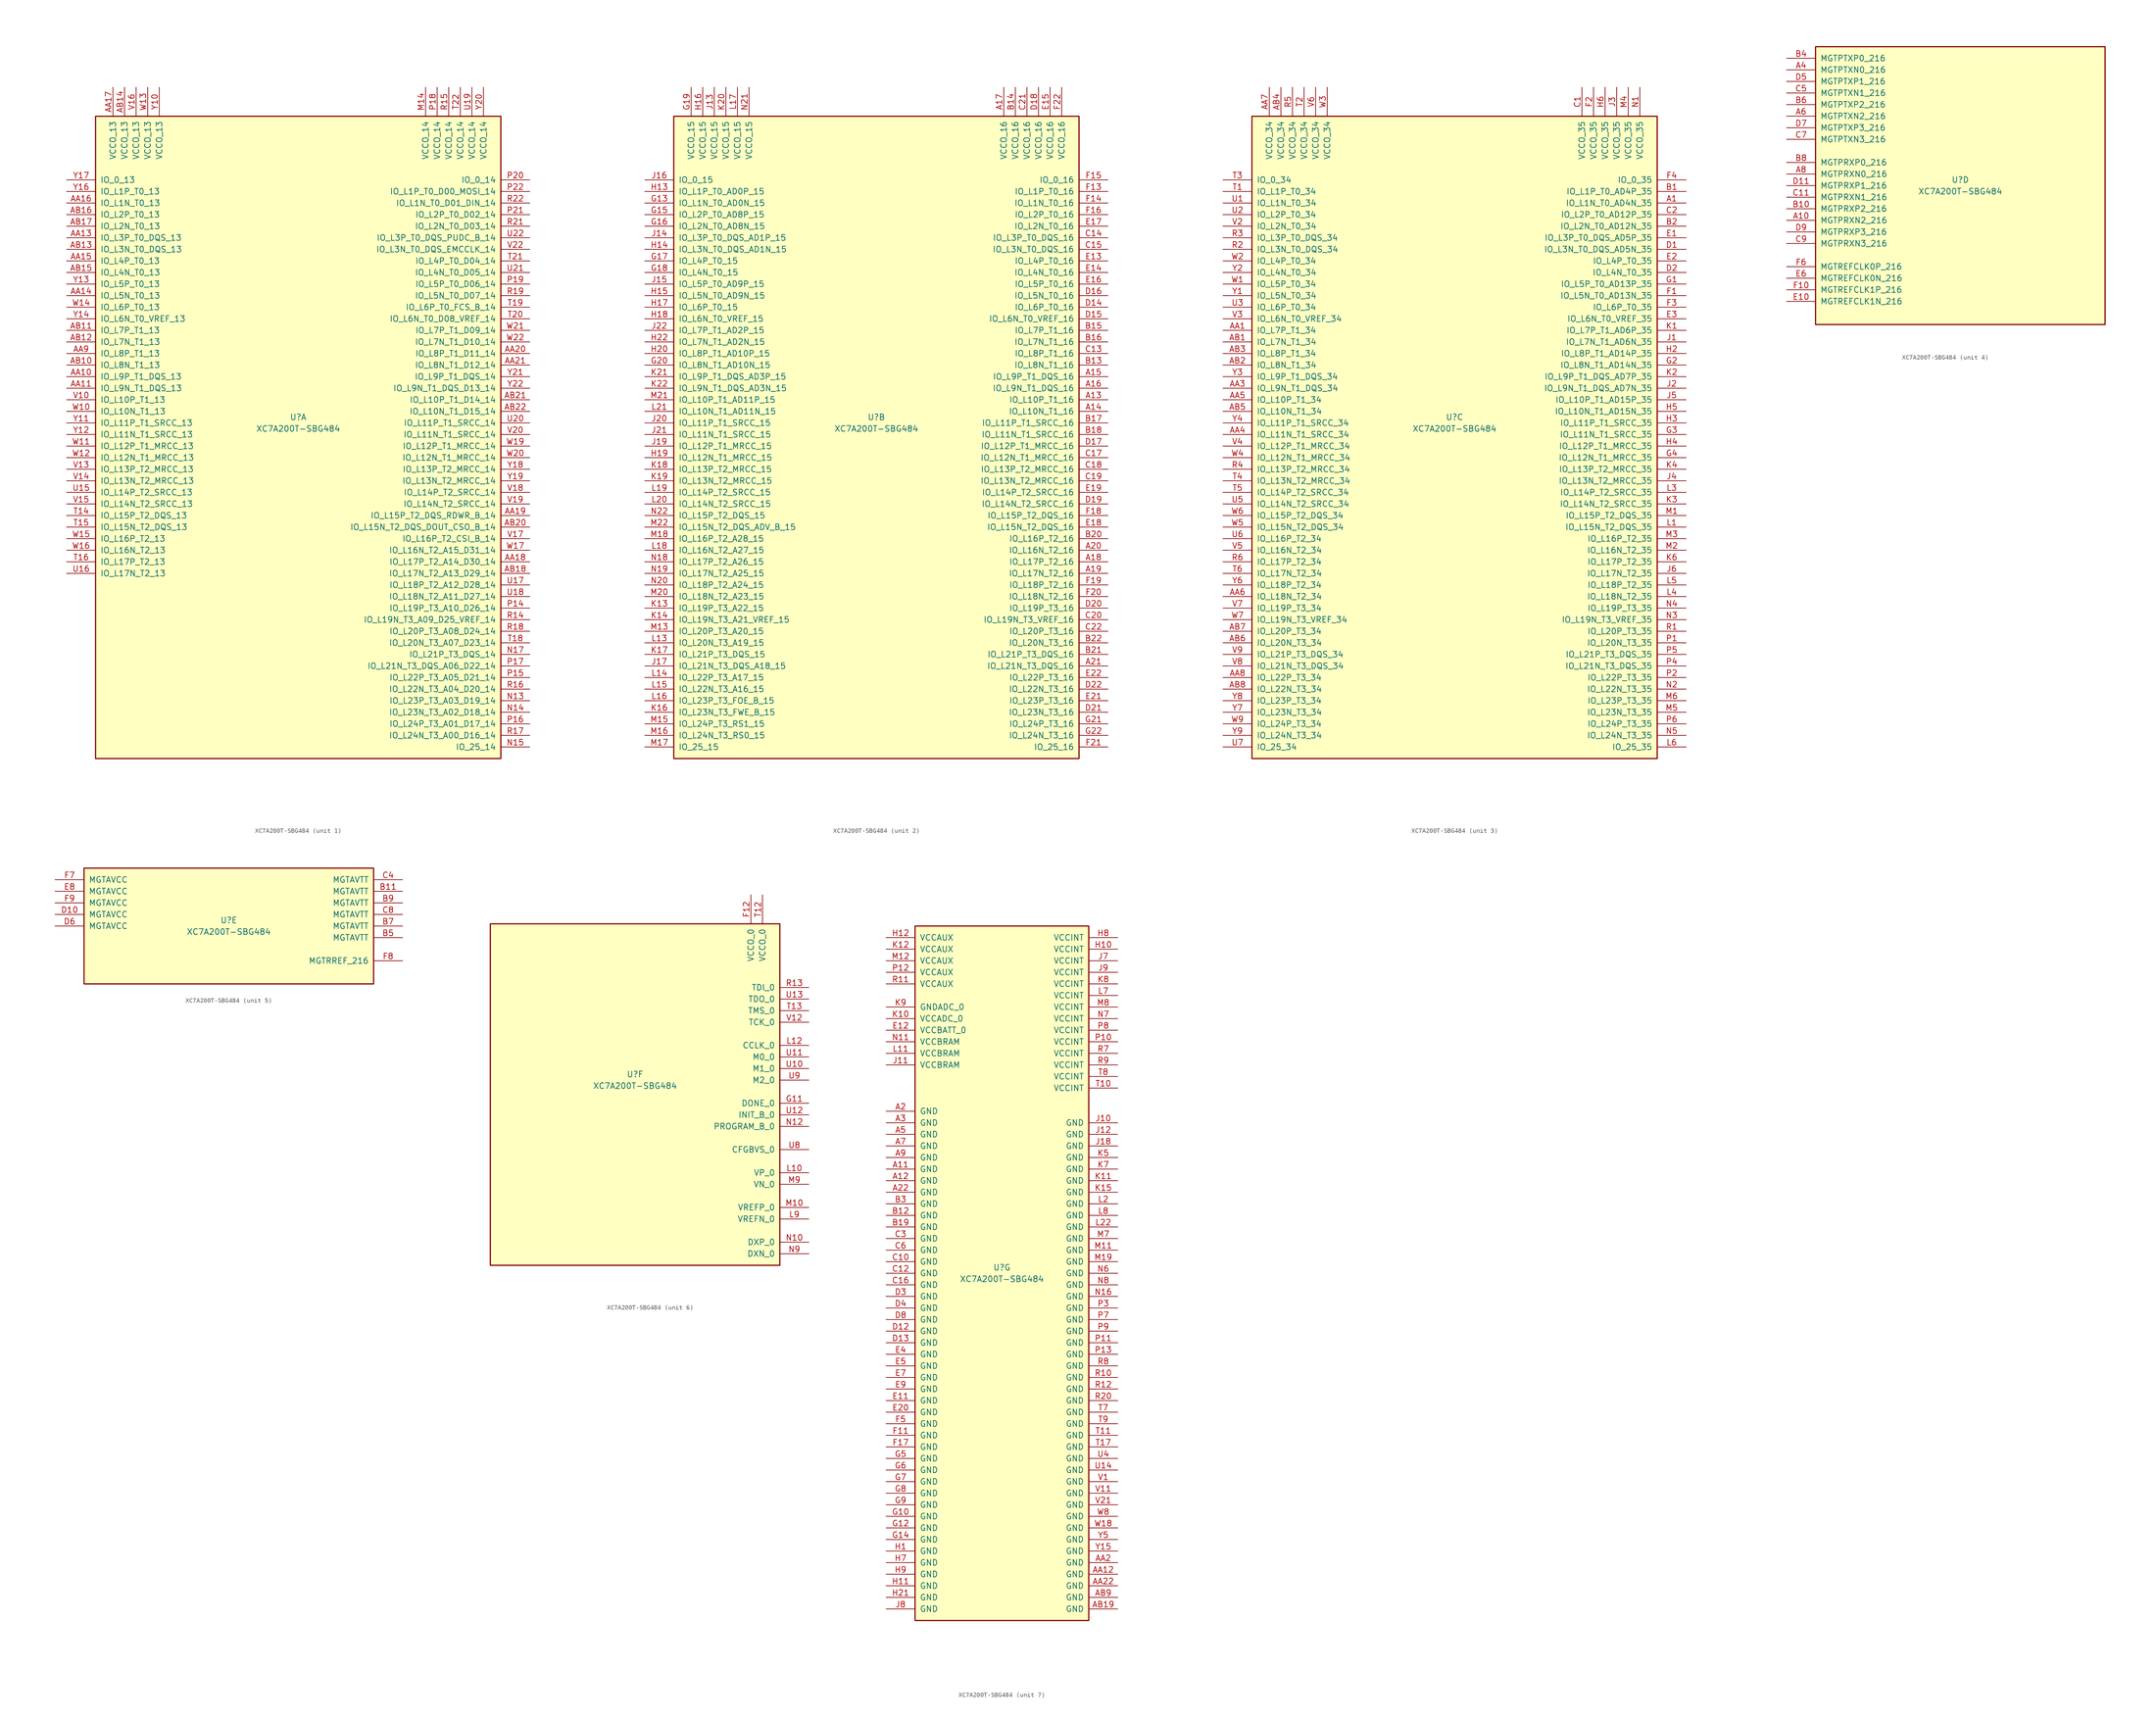
<source format=kicad_sym>
(kicad_symbol_lib
  (version 20201005)
  (generator kicad_symbol_editor)
  (symbol "XC7A200T-SBG484"
    (pin_names
      (offset 1.016))
    (property "Reference" "U"
      (at 0 1.27 0)
      (effects (font (size 1.27 1.27))))
    (property "Value" "XC7A200T-SBG484"
      (at 0 -1.27 0)
      (effects (font (size 1.27 1.27))))
    (property "Datasheet" ""
      (at 0 0 0)
      (effects (font (size 1.27 1.27))))
    (property "ki_locked" ""
      (at 0 0 0)
      (effects (font (size 1.27 1.27))))
    (symbol "XC7A200T-SBG484_1_1"
      (rectangle (start -44.45 67.31) (end 44.45 -73.66) (stroke (width 0.254)) (fill (type background)))
      (pin bidirectional line (at -50.8 10.16 0) (length 6.35) (name "IO_L9P_T1_DQS_13" (effects (font (size 1.27 1.27)))) (number "AA10" (effects (font (size 1.27 1.27)))))
      (pin bidirectional line (at -50.8 7.62 0) (length 6.35) (name "IO_L9N_T1_DQS_13" (effects (font (size 1.27 1.27)))) (number "AA11" (effects (font (size 1.27 1.27)))))
      (pin bidirectional line (at -50.8 40.64 0) (length 6.35) (name "IO_L3P_T0_DQS_13" (effects (font (size 1.27 1.27)))) (number "AA13" (effects (font (size 1.27 1.27)))))
      (pin bidirectional line (at -50.8 27.94 0) (length 6.35) (name "IO_L5N_T0_13" (effects (font (size 1.27 1.27)))) (number "AA14" (effects (font (size 1.27 1.27)))))
      (pin bidirectional line (at -50.8 35.56 0) (length 6.35) (name "IO_L4P_T0_13" (effects (font (size 1.27 1.27)))) (number "AA15" (effects (font (size 1.27 1.27)))))
      (pin bidirectional line (at -50.8 48.26 0) (length 6.35) (name "IO_L1N_T0_13" (effects (font (size 1.27 1.27)))) (number "AA16" (effects (font (size 1.27 1.27)))))
      (pin power_in line (at -40.64 73.66 270) (length 6.35) (name "VCCO_13" (effects (font (size 1.27 1.27)))) (number "AA17" (effects (font (size 1.27 1.27)))))
      (pin bidirectional line (at 50.8 -30.48 180) (length 6.35) (name "IO_L17P_T2_A14_D30_14" (effects (font (size 1.27 1.27)))) (number "AA18" (effects (font (size 1.27 1.27)))))
      (pin bidirectional line (at 50.8 -20.32 180) (length 6.35) (name "IO_L15P_T2_DQS_RDWR_B_14" (effects (font (size 1.27 1.27)))) (number "AA19" (effects (font (size 1.27 1.27)))))
      (pin bidirectional line (at 50.8 15.24 180) (length 6.35) (name "IO_L8P_T1_D11_14" (effects (font (size 1.27 1.27)))) (number "AA20" (effects (font (size 1.27 1.27)))))
      (pin bidirectional line (at 50.8 12.7 180) (length 6.35) (name "IO_L8N_T1_D12_14" (effects (font (size 1.27 1.27)))) (number "AA21" (effects (font (size 1.27 1.27)))))
      (pin bidirectional line (at -50.8 15.24 0) (length 6.35) (name "IO_L8P_T1_13" (effects (font (size 1.27 1.27)))) (number "AA9" (effects (font (size 1.27 1.27)))))
      (pin bidirectional line (at -50.8 12.7 0) (length 6.35) (name "IO_L8N_T1_13" (effects (font (size 1.27 1.27)))) (number "AB10" (effects (font (size 1.27 1.27)))))
      (pin bidirectional line (at -50.8 20.32 0) (length 6.35) (name "IO_L7P_T1_13" (effects (font (size 1.27 1.27)))) (number "AB11" (effects (font (size 1.27 1.27)))))
      (pin bidirectional line (at -50.8 17.78 0) (length 6.35) (name "IO_L7N_T1_13" (effects (font (size 1.27 1.27)))) (number "AB12" (effects (font (size 1.27 1.27)))))
      (pin bidirectional line (at -50.8 38.1 0) (length 6.35) (name "IO_L3N_T0_DQS_13" (effects (font (size 1.27 1.27)))) (number "AB13" (effects (font (size 1.27 1.27)))))
      (pin power_in line (at -38.1 73.66 270) (length 6.35) (name "VCCO_13" (effects (font (size 1.27 1.27)))) (number "AB14" (effects (font (size 1.27 1.27)))))
      (pin bidirectional line (at -50.8 33.02 0) (length 6.35) (name "IO_L4N_T0_13" (effects (font (size 1.27 1.27)))) (number "AB15" (effects (font (size 1.27 1.27)))))
      (pin bidirectional line (at -50.8 45.72 0) (length 6.35) (name "IO_L2P_T0_13" (effects (font (size 1.27 1.27)))) (number "AB16" (effects (font (size 1.27 1.27)))))
      (pin bidirectional line (at -50.8 43.18 0) (length 6.35) (name "IO_L2N_T0_13" (effects (font (size 1.27 1.27)))) (number "AB17" (effects (font (size 1.27 1.27)))))
      (pin bidirectional line (at 50.8 -33.02 180) (length 6.35) (name "IO_L17N_T2_A13_D29_14" (effects (font (size 1.27 1.27)))) (number "AB18" (effects (font (size 1.27 1.27)))))
      (pin bidirectional line (at 50.8 -22.86 180) (length 6.35) (name "IO_L15N_T2_DQS_DOUT_CSO_B_14" (effects (font (size 1.27 1.27)))) (number "AB20" (effects (font (size 1.27 1.27)))))
      (pin bidirectional line (at 50.8 5.08 180) (length 6.35) (name "IO_L10P_T1_D14_14" (effects (font (size 1.27 1.27)))) (number "AB21" (effects (font (size 1.27 1.27)))))
      (pin bidirectional line (at 50.8 2.54 180) (length 6.35) (name "IO_L10N_T1_D15_14" (effects (font (size 1.27 1.27)))) (number "AB22" (effects (font (size 1.27 1.27)))))
      (pin power_in line (at 27.94 73.66 270) (length 6.35) (name "VCCO_14" (effects (font (size 1.27 1.27)))) (number "M14" (effects (font (size 1.27 1.27)))))
      (pin bidirectional line (at 50.8 -60.96 180) (length 6.35) (name "IO_L23P_T3_A03_D19_14" (effects (font (size 1.27 1.27)))) (number "N13" (effects (font (size 1.27 1.27)))))
      (pin bidirectional line (at 50.8 -63.5 180) (length 6.35) (name "IO_L23N_T3_A02_D18_14" (effects (font (size 1.27 1.27)))) (number "N14" (effects (font (size 1.27 1.27)))))
      (pin bidirectional line (at 50.8 -71.12 180) (length 6.35) (name "IO_25_14" (effects (font (size 1.27 1.27)))) (number "N15" (effects (font (size 1.27 1.27)))))
      (pin bidirectional line (at 50.8 -50.8 180) (length 6.35) (name "IO_L21P_T3_DQS_14" (effects (font (size 1.27 1.27)))) (number "N17" (effects (font (size 1.27 1.27)))))
      (pin bidirectional line (at 50.8 -40.64 180) (length 6.35) (name "IO_L19P_T3_A10_D26_14" (effects (font (size 1.27 1.27)))) (number "P14" (effects (font (size 1.27 1.27)))))
      (pin bidirectional line (at 50.8 -55.88 180) (length 6.35) (name "IO_L22P_T3_A05_D21_14" (effects (font (size 1.27 1.27)))) (number "P15" (effects (font (size 1.27 1.27)))))
      (pin bidirectional line (at 50.8 -66.04 180) (length 6.35) (name "IO_L24P_T3_A01_D17_14" (effects (font (size 1.27 1.27)))) (number "P16" (effects (font (size 1.27 1.27)))))
      (pin bidirectional line (at 50.8 -53.34 180) (length 6.35) (name "IO_L21N_T3_DQS_A06_D22_14" (effects (font (size 1.27 1.27)))) (number "P17" (effects (font (size 1.27 1.27)))))
      (pin power_in line (at 30.48 73.66 270) (length 6.35) (name "VCCO_14" (effects (font (size 1.27 1.27)))) (number "P18" (effects (font (size 1.27 1.27)))))
      (pin bidirectional line (at 50.8 30.48 180) (length 6.35) (name "IO_L5P_T0_D06_14" (effects (font (size 1.27 1.27)))) (number "P19" (effects (font (size 1.27 1.27)))))
      (pin bidirectional line (at 50.8 53.34 180) (length 6.35) (name "IO_0_14" (effects (font (size 1.27 1.27)))) (number "P20" (effects (font (size 1.27 1.27)))))
      (pin bidirectional line (at 50.8 45.72 180) (length 6.35) (name "IO_L2P_T0_D02_14" (effects (font (size 1.27 1.27)))) (number "P21" (effects (font (size 1.27 1.27)))))
      (pin bidirectional line (at 50.8 50.8 180) (length 6.35) (name "IO_L1P_T0_D00_MOSI_14" (effects (font (size 1.27 1.27)))) (number "P22" (effects (font (size 1.27 1.27)))))
      (pin bidirectional line (at 50.8 -43.18 180) (length 6.35) (name "IO_L19N_T3_A09_D25_VREF_14" (effects (font (size 1.27 1.27)))) (number "R14" (effects (font (size 1.27 1.27)))))
      (pin power_in line (at 33.02 73.66 270) (length 6.35) (name "VCCO_14" (effects (font (size 1.27 1.27)))) (number "R15" (effects (font (size 1.27 1.27)))))
      (pin bidirectional line (at 50.8 -58.42 180) (length 6.35) (name "IO_L22N_T3_A04_D20_14" (effects (font (size 1.27 1.27)))) (number "R16" (effects (font (size 1.27 1.27)))))
      (pin bidirectional line (at 50.8 -68.58 180) (length 6.35) (name "IO_L24N_T3_A00_D16_14" (effects (font (size 1.27 1.27)))) (number "R17" (effects (font (size 1.27 1.27)))))
      (pin bidirectional line (at 50.8 -45.72 180) (length 6.35) (name "IO_L20P_T3_A08_D24_14" (effects (font (size 1.27 1.27)))) (number "R18" (effects (font (size 1.27 1.27)))))
      (pin bidirectional line (at 50.8 27.94 180) (length 6.35) (name "IO_L5N_T0_D07_14" (effects (font (size 1.27 1.27)))) (number "R19" (effects (font (size 1.27 1.27)))))
      (pin bidirectional line (at 50.8 43.18 180) (length 6.35) (name "IO_L2N_T0_D03_14" (effects (font (size 1.27 1.27)))) (number "R21" (effects (font (size 1.27 1.27)))))
      (pin bidirectional line (at 50.8 48.26 180) (length 6.35) (name "IO_L1N_T0_D01_DIN_14" (effects (font (size 1.27 1.27)))) (number "R22" (effects (font (size 1.27 1.27)))))
      (pin bidirectional line (at -50.8 -20.32 0) (length 6.35) (name "IO_L15P_T2_DQS_13" (effects (font (size 1.27 1.27)))) (number "T14" (effects (font (size 1.27 1.27)))))
      (pin bidirectional line (at -50.8 -22.86 0) (length 6.35) (name "IO_L15N_T2_DQS_13" (effects (font (size 1.27 1.27)))) (number "T15" (effects (font (size 1.27 1.27)))))
      (pin bidirectional line (at -50.8 -30.48 0) (length 6.35) (name "IO_L17P_T2_13" (effects (font (size 1.27 1.27)))) (number "T16" (effects (font (size 1.27 1.27)))))
      (pin bidirectional line (at 50.8 -48.26 180) (length 6.35) (name "IO_L20N_T3_A07_D23_14" (effects (font (size 1.27 1.27)))) (number "T18" (effects (font (size 1.27 1.27)))))
      (pin bidirectional line (at 50.8 25.4 180) (length 6.35) (name "IO_L6P_T0_FCS_B_14" (effects (font (size 1.27 1.27)))) (number "T19" (effects (font (size 1.27 1.27)))))
      (pin bidirectional line (at 50.8 22.86 180) (length 6.35) (name "IO_L6N_T0_D08_VREF_14" (effects (font (size 1.27 1.27)))) (number "T20" (effects (font (size 1.27 1.27)))))
      (pin bidirectional line (at 50.8 35.56 180) (length 6.35) (name "IO_L4P_T0_D04_14" (effects (font (size 1.27 1.27)))) (number "T21" (effects (font (size 1.27 1.27)))))
      (pin power_in line (at 35.56 73.66 270) (length 6.35) (name "VCCO_14" (effects (font (size 1.27 1.27)))) (number "T22" (effects (font (size 1.27 1.27)))))
      (pin bidirectional line (at -50.8 -15.24 0) (length 6.35) (name "IO_L14P_T2_SRCC_13" (effects (font (size 1.27 1.27)))) (number "U15" (effects (font (size 1.27 1.27)))))
      (pin bidirectional line (at -50.8 -33.02 0) (length 6.35) (name "IO_L17N_T2_13" (effects (font (size 1.27 1.27)))) (number "U16" (effects (font (size 1.27 1.27)))))
      (pin bidirectional line (at 50.8 -35.56 180) (length 6.35) (name "IO_L18P_T2_A12_D28_14" (effects (font (size 1.27 1.27)))) (number "U17" (effects (font (size 1.27 1.27)))))
      (pin bidirectional line (at 50.8 -38.1 180) (length 6.35) (name "IO_L18N_T2_A11_D27_14" (effects (font (size 1.27 1.27)))) (number "U18" (effects (font (size 1.27 1.27)))))
      (pin power_in line (at 38.1 73.66 270) (length 6.35) (name "VCCO_14" (effects (font (size 1.27 1.27)))) (number "U19" (effects (font (size 1.27 1.27)))))
      (pin bidirectional line (at 50.8 0 180) (length 6.35) (name "IO_L11P_T1_SRCC_14" (effects (font (size 1.27 1.27)))) (number "U20" (effects (font (size 1.27 1.27)))))
      (pin bidirectional line (at 50.8 33.02 180) (length 6.35) (name "IO_L4N_T0_D05_14" (effects (font (size 1.27 1.27)))) (number "U21" (effects (font (size 1.27 1.27)))))
      (pin bidirectional line (at 50.8 40.64 180) (length 6.35) (name "IO_L3P_T0_DQS_PUDC_B_14" (effects (font (size 1.27 1.27)))) (number "U22" (effects (font (size 1.27 1.27)))))
      (pin bidirectional line (at -50.8 5.08 0) (length 6.35) (name "IO_L10P_T1_13" (effects (font (size 1.27 1.27)))) (number "V10" (effects (font (size 1.27 1.27)))))
      (pin bidirectional line (at -50.8 -10.16 0) (length 6.35) (name "IO_L13P_T2_MRCC_13" (effects (font (size 1.27 1.27)))) (number "V13" (effects (font (size 1.27 1.27)))))
      (pin bidirectional line (at -50.8 -12.7 0) (length 6.35) (name "IO_L13N_T2_MRCC_13" (effects (font (size 1.27 1.27)))) (number "V14" (effects (font (size 1.27 1.27)))))
      (pin bidirectional line (at -50.8 -17.78 0) (length 6.35) (name "IO_L14N_T2_SRCC_13" (effects (font (size 1.27 1.27)))) (number "V15" (effects (font (size 1.27 1.27)))))
      (pin power_in line (at -35.56 73.66 270) (length 6.35) (name "VCCO_13" (effects (font (size 1.27 1.27)))) (number "V16" (effects (font (size 1.27 1.27)))))
      (pin bidirectional line (at 50.8 -25.4 180) (length 6.35) (name "IO_L16P_T2_CSI_B_14" (effects (font (size 1.27 1.27)))) (number "V17" (effects (font (size 1.27 1.27)))))
      (pin bidirectional line (at 50.8 -15.24 180) (length 6.35) (name "IO_L14P_T2_SRCC_14" (effects (font (size 1.27 1.27)))) (number "V18" (effects (font (size 1.27 1.27)))))
      (pin bidirectional line (at 50.8 -17.78 180) (length 6.35) (name "IO_L14N_T2_SRCC_14" (effects (font (size 1.27 1.27)))) (number "V19" (effects (font (size 1.27 1.27)))))
      (pin bidirectional line (at 50.8 -2.54 180) (length 6.35) (name "IO_L11N_T1_SRCC_14" (effects (font (size 1.27 1.27)))) (number "V20" (effects (font (size 1.27 1.27)))))
      (pin bidirectional line (at 50.8 38.1 180) (length 6.35) (name "IO_L3N_T0_DQS_EMCCLK_14" (effects (font (size 1.27 1.27)))) (number "V22" (effects (font (size 1.27 1.27)))))
      (pin bidirectional line (at -50.8 2.54 0) (length 6.35) (name "IO_L10N_T1_13" (effects (font (size 1.27 1.27)))) (number "W10" (effects (font (size 1.27 1.27)))))
      (pin bidirectional line (at -50.8 -5.08 0) (length 6.35) (name "IO_L12P_T1_MRCC_13" (effects (font (size 1.27 1.27)))) (number "W11" (effects (font (size 1.27 1.27)))))
      (pin bidirectional line (at -50.8 -7.62 0) (length 6.35) (name "IO_L12N_T1_MRCC_13" (effects (font (size 1.27 1.27)))) (number "W12" (effects (font (size 1.27 1.27)))))
      (pin power_in line (at -33.02 73.66 270) (length 6.35) (name "VCCO_13" (effects (font (size 1.27 1.27)))) (number "W13" (effects (font (size 1.27 1.27)))))
      (pin bidirectional line (at -50.8 25.4 0) (length 6.35) (name "IO_L6P_T0_13" (effects (font (size 1.27 1.27)))) (number "W14" (effects (font (size 1.27 1.27)))))
      (pin bidirectional line (at -50.8 -25.4 0) (length 6.35) (name "IO_L16P_T2_13" (effects (font (size 1.27 1.27)))) (number "W15" (effects (font (size 1.27 1.27)))))
      (pin bidirectional line (at -50.8 -27.94 0) (length 6.35) (name "IO_L16N_T2_13" (effects (font (size 1.27 1.27)))) (number "W16" (effects (font (size 1.27 1.27)))))
      (pin bidirectional line (at 50.8 -27.94 180) (length 6.35) (name "IO_L16N_T2_A15_D31_14" (effects (font (size 1.27 1.27)))) (number "W17" (effects (font (size 1.27 1.27)))))
      (pin bidirectional line (at 50.8 -5.08 180) (length 6.35) (name "IO_L12P_T1_MRCC_14" (effects (font (size 1.27 1.27)))) (number "W19" (effects (font (size 1.27 1.27)))))
      (pin bidirectional line (at 50.8 -7.62 180) (length 6.35) (name "IO_L12N_T1_MRCC_14" (effects (font (size 1.27 1.27)))) (number "W20" (effects (font (size 1.27 1.27)))))
      (pin bidirectional line (at 50.8 20.32 180) (length 6.35) (name "IO_L7P_T1_D09_14" (effects (font (size 1.27 1.27)))) (number "W21" (effects (font (size 1.27 1.27)))))
      (pin bidirectional line (at 50.8 17.78 180) (length 6.35) (name "IO_L7N_T1_D10_14" (effects (font (size 1.27 1.27)))) (number "W22" (effects (font (size 1.27 1.27)))))
      (pin power_in line (at -30.48 73.66 270) (length 6.35) (name "VCCO_13" (effects (font (size 1.27 1.27)))) (number "Y10" (effects (font (size 1.27 1.27)))))
      (pin bidirectional line (at -50.8 0 0) (length 6.35) (name "IO_L11P_T1_SRCC_13" (effects (font (size 1.27 1.27)))) (number "Y11" (effects (font (size 1.27 1.27)))))
      (pin bidirectional line (at -50.8 -2.54 0) (length 6.35) (name "IO_L11N_T1_SRCC_13" (effects (font (size 1.27 1.27)))) (number "Y12" (effects (font (size 1.27 1.27)))))
      (pin bidirectional line (at -50.8 30.48 0) (length 6.35) (name "IO_L5P_T0_13" (effects (font (size 1.27 1.27)))) (number "Y13" (effects (font (size 1.27 1.27)))))
      (pin bidirectional line (at -50.8 22.86 0) (length 6.35) (name "IO_L6N_T0_VREF_13" (effects (font (size 1.27 1.27)))) (number "Y14" (effects (font (size 1.27 1.27)))))
      (pin bidirectional line (at -50.8 50.8 0) (length 6.35) (name "IO_L1P_T0_13" (effects (font (size 1.27 1.27)))) (number "Y16" (effects (font (size 1.27 1.27)))))
      (pin bidirectional line (at -50.8 53.34 0) (length 6.35) (name "IO_0_13" (effects (font (size 1.27 1.27)))) (number "Y17" (effects (font (size 1.27 1.27)))))
      (pin bidirectional line (at 50.8 -10.16 180) (length 6.35) (name "IO_L13P_T2_MRCC_14" (effects (font (size 1.27 1.27)))) (number "Y18" (effects (font (size 1.27 1.27)))))
      (pin bidirectional line (at 50.8 -12.7 180) (length 6.35) (name "IO_L13N_T2_MRCC_14" (effects (font (size 1.27 1.27)))) (number "Y19" (effects (font (size 1.27 1.27)))))
      (pin power_in line (at 40.64 73.66 270) (length 6.35) (name "VCCO_14" (effects (font (size 1.27 1.27)))) (number "Y20" (effects (font (size 1.27 1.27)))))
      (pin bidirectional line (at 50.8 10.16 180) (length 6.35) (name "IO_L9P_T1_DQS_14" (effects (font (size 1.27 1.27)))) (number "Y21" (effects (font (size 1.27 1.27)))))
      (pin bidirectional line (at 50.8 7.62 180) (length 6.35) (name "IO_L9N_T1_DQS_D13_14" (effects (font (size 1.27 1.27)))) (number "Y22" (effects (font (size 1.27 1.27))))))
    (symbol "XC7A200T-SBG484_2_1"
      (rectangle (start -44.45 67.31) (end 44.45 -73.66) (stroke (width 0.254)) (fill (type background)))
      (pin bidirectional line (at 50.8 5.08 180) (length 6.35) (name "IO_L10P_T1_16" (effects (font (size 1.27 1.27)))) (number "A13" (effects (font (size 1.27 1.27)))))
      (pin bidirectional line (at 50.8 2.54 180) (length 6.35) (name "IO_L10N_T1_16" (effects (font (size 1.27 1.27)))) (number "A14" (effects (font (size 1.27 1.27)))))
      (pin bidirectional line (at 50.8 10.16 180) (length 6.35) (name "IO_L9P_T1_DQS_16" (effects (font (size 1.27 1.27)))) (number "A15" (effects (font (size 1.27 1.27)))))
      (pin bidirectional line (at 50.8 7.62 180) (length 6.35) (name "IO_L9N_T1_DQS_16" (effects (font (size 1.27 1.27)))) (number "A16" (effects (font (size 1.27 1.27)))))
      (pin power_in line (at 27.94 73.66 270) (length 6.35) (name "VCCO_16" (effects (font (size 1.27 1.27)))) (number "A17" (effects (font (size 1.27 1.27)))))
      (pin bidirectional line (at 50.8 -30.48 180) (length 6.35) (name "IO_L17P_T2_16" (effects (font (size 1.27 1.27)))) (number "A18" (effects (font (size 1.27 1.27)))))
      (pin bidirectional line (at 50.8 -33.02 180) (length 6.35) (name "IO_L17N_T2_16" (effects (font (size 1.27 1.27)))) (number "A19" (effects (font (size 1.27 1.27)))))
      (pin bidirectional line (at 50.8 -27.94 180) (length 6.35) (name "IO_L16N_T2_16" (effects (font (size 1.27 1.27)))) (number "A20" (effects (font (size 1.27 1.27)))))
      (pin bidirectional line (at 50.8 -53.34 180) (length 6.35) (name "IO_L21N_T3_DQS_16" (effects (font (size 1.27 1.27)))) (number "A21" (effects (font (size 1.27 1.27)))))
      (pin bidirectional line (at 50.8 12.7 180) (length 6.35) (name "IO_L8N_T1_16" (effects (font (size 1.27 1.27)))) (number "B13" (effects (font (size 1.27 1.27)))))
      (pin power_in line (at 30.48 73.66 270) (length 6.35) (name "VCCO_16" (effects (font (size 1.27 1.27)))) (number "B14" (effects (font (size 1.27 1.27)))))
      (pin bidirectional line (at 50.8 20.32 180) (length 6.35) (name "IO_L7P_T1_16" (effects (font (size 1.27 1.27)))) (number "B15" (effects (font (size 1.27 1.27)))))
      (pin bidirectional line (at 50.8 17.78 180) (length 6.35) (name "IO_L7N_T1_16" (effects (font (size 1.27 1.27)))) (number "B16" (effects (font (size 1.27 1.27)))))
      (pin bidirectional line (at 50.8 0 180) (length 6.35) (name "IO_L11P_T1_SRCC_16" (effects (font (size 1.27 1.27)))) (number "B17" (effects (font (size 1.27 1.27)))))
      (pin bidirectional line (at 50.8 -2.54 180) (length 6.35) (name "IO_L11N_T1_SRCC_16" (effects (font (size 1.27 1.27)))) (number "B18" (effects (font (size 1.27 1.27)))))
      (pin bidirectional line (at 50.8 -25.4 180) (length 6.35) (name "IO_L16P_T2_16" (effects (font (size 1.27 1.27)))) (number "B20" (effects (font (size 1.27 1.27)))))
      (pin bidirectional line (at 50.8 -50.8 180) (length 6.35) (name "IO_L21P_T3_DQS_16" (effects (font (size 1.27 1.27)))) (number "B21" (effects (font (size 1.27 1.27)))))
      (pin bidirectional line (at 50.8 -48.26 180) (length 6.35) (name "IO_L20N_T3_16" (effects (font (size 1.27 1.27)))) (number "B22" (effects (font (size 1.27 1.27)))))
      (pin bidirectional line (at 50.8 15.24 180) (length 6.35) (name "IO_L8P_T1_16" (effects (font (size 1.27 1.27)))) (number "C13" (effects (font (size 1.27 1.27)))))
      (pin bidirectional line (at 50.8 40.64 180) (length 6.35) (name "IO_L3P_T0_DQS_16" (effects (font (size 1.27 1.27)))) (number "C14" (effects (font (size 1.27 1.27)))))
      (pin bidirectional line (at 50.8 38.1 180) (length 6.35) (name "IO_L3N_T0_DQS_16" (effects (font (size 1.27 1.27)))) (number "C15" (effects (font (size 1.27 1.27)))))
      (pin bidirectional line (at 50.8 -7.62 180) (length 6.35) (name "IO_L12N_T1_MRCC_16" (effects (font (size 1.27 1.27)))) (number "C17" (effects (font (size 1.27 1.27)))))
      (pin bidirectional line (at 50.8 -10.16 180) (length 6.35) (name "IO_L13P_T2_MRCC_16" (effects (font (size 1.27 1.27)))) (number "C18" (effects (font (size 1.27 1.27)))))
      (pin bidirectional line (at 50.8 -12.7 180) (length 6.35) (name "IO_L13N_T2_MRCC_16" (effects (font (size 1.27 1.27)))) (number "C19" (effects (font (size 1.27 1.27)))))
      (pin bidirectional line (at 50.8 -43.18 180) (length 6.35) (name "IO_L19N_T3_VREF_16" (effects (font (size 1.27 1.27)))) (number "C20" (effects (font (size 1.27 1.27)))))
      (pin power_in line (at 33.02 73.66 270) (length 6.35) (name "VCCO_16" (effects (font (size 1.27 1.27)))) (number "C21" (effects (font (size 1.27 1.27)))))
      (pin bidirectional line (at 50.8 -45.72 180) (length 6.35) (name "IO_L20P_T3_16" (effects (font (size 1.27 1.27)))) (number "C22" (effects (font (size 1.27 1.27)))))
      (pin bidirectional line (at 50.8 25.4 180) (length 6.35) (name "IO_L6P_T0_16" (effects (font (size 1.27 1.27)))) (number "D14" (effects (font (size 1.27 1.27)))))
      (pin bidirectional line (at 50.8 22.86 180) (length 6.35) (name "IO_L6N_T0_VREF_16" (effects (font (size 1.27 1.27)))) (number "D15" (effects (font (size 1.27 1.27)))))
      (pin bidirectional line (at 50.8 27.94 180) (length 6.35) (name "IO_L5N_T0_16" (effects (font (size 1.27 1.27)))) (number "D16" (effects (font (size 1.27 1.27)))))
      (pin bidirectional line (at 50.8 -5.08 180) (length 6.35) (name "IO_L12P_T1_MRCC_16" (effects (font (size 1.27 1.27)))) (number "D17" (effects (font (size 1.27 1.27)))))
      (pin power_in line (at 35.56 73.66 270) (length 6.35) (name "VCCO_16" (effects (font (size 1.27 1.27)))) (number "D18" (effects (font (size 1.27 1.27)))))
      (pin bidirectional line (at 50.8 -17.78 180) (length 6.35) (name "IO_L14N_T2_SRCC_16" (effects (font (size 1.27 1.27)))) (number "D19" (effects (font (size 1.27 1.27)))))
      (pin bidirectional line (at 50.8 -40.64 180) (length 6.35) (name "IO_L19P_T3_16" (effects (font (size 1.27 1.27)))) (number "D20" (effects (font (size 1.27 1.27)))))
      (pin bidirectional line (at 50.8 -63.5 180) (length 6.35) (name "IO_L23N_T3_16" (effects (font (size 1.27 1.27)))) (number "D21" (effects (font (size 1.27 1.27)))))
      (pin bidirectional line (at 50.8 -58.42 180) (length 6.35) (name "IO_L22N_T3_16" (effects (font (size 1.27 1.27)))) (number "D22" (effects (font (size 1.27 1.27)))))
      (pin bidirectional line (at 50.8 35.56 180) (length 6.35) (name "IO_L4P_T0_16" (effects (font (size 1.27 1.27)))) (number "E13" (effects (font (size 1.27 1.27)))))
      (pin bidirectional line (at 50.8 33.02 180) (length 6.35) (name "IO_L4N_T0_16" (effects (font (size 1.27 1.27)))) (number "E14" (effects (font (size 1.27 1.27)))))
      (pin power_in line (at 38.1 73.66 270) (length 6.35) (name "VCCO_16" (effects (font (size 1.27 1.27)))) (number "E15" (effects (font (size 1.27 1.27)))))
      (pin bidirectional line (at 50.8 30.48 180) (length 6.35) (name "IO_L5P_T0_16" (effects (font (size 1.27 1.27)))) (number "E16" (effects (font (size 1.27 1.27)))))
      (pin bidirectional line (at 50.8 43.18 180) (length 6.35) (name "IO_L2N_T0_16" (effects (font (size 1.27 1.27)))) (number "E17" (effects (font (size 1.27 1.27)))))
      (pin bidirectional line (at 50.8 -22.86 180) (length 6.35) (name "IO_L15N_T2_DQS_16" (effects (font (size 1.27 1.27)))) (number "E18" (effects (font (size 1.27 1.27)))))
      (pin bidirectional line (at 50.8 -15.24 180) (length 6.35) (name "IO_L14P_T2_SRCC_16" (effects (font (size 1.27 1.27)))) (number "E19" (effects (font (size 1.27 1.27)))))
      (pin bidirectional line (at 50.8 -60.96 180) (length 6.35) (name "IO_L23P_T3_16" (effects (font (size 1.27 1.27)))) (number "E21" (effects (font (size 1.27 1.27)))))
      (pin bidirectional line (at 50.8 -55.88 180) (length 6.35) (name "IO_L22P_T3_16" (effects (font (size 1.27 1.27)))) (number "E22" (effects (font (size 1.27 1.27)))))
      (pin bidirectional line (at 50.8 50.8 180) (length 6.35) (name "IO_L1P_T0_16" (effects (font (size 1.27 1.27)))) (number "F13" (effects (font (size 1.27 1.27)))))
      (pin bidirectional line (at 50.8 48.26 180) (length 6.35) (name "IO_L1N_T0_16" (effects (font (size 1.27 1.27)))) (number "F14" (effects (font (size 1.27 1.27)))))
      (pin bidirectional line (at 50.8 53.34 180) (length 6.35) (name "IO_0_16" (effects (font (size 1.27 1.27)))) (number "F15" (effects (font (size 1.27 1.27)))))
      (pin bidirectional line (at 50.8 45.72 180) (length 6.35) (name "IO_L2P_T0_16" (effects (font (size 1.27 1.27)))) (number "F16" (effects (font (size 1.27 1.27)))))
      (pin bidirectional line (at 50.8 -20.32 180) (length 6.35) (name "IO_L15P_T2_DQS_16" (effects (font (size 1.27 1.27)))) (number "F18" (effects (font (size 1.27 1.27)))))
      (pin bidirectional line (at 50.8 -35.56 180) (length 6.35) (name "IO_L18P_T2_16" (effects (font (size 1.27 1.27)))) (number "F19" (effects (font (size 1.27 1.27)))))
      (pin bidirectional line (at 50.8 -38.1 180) (length 6.35) (name "IO_L18N_T2_16" (effects (font (size 1.27 1.27)))) (number "F20" (effects (font (size 1.27 1.27)))))
      (pin bidirectional line (at 50.8 -71.12 180) (length 6.35) (name "IO_25_16" (effects (font (size 1.27 1.27)))) (number "F21" (effects (font (size 1.27 1.27)))))
      (pin power_in line (at 40.64 73.66 270) (length 6.35) (name "VCCO_16" (effects (font (size 1.27 1.27)))) (number "F22" (effects (font (size 1.27 1.27)))))
      (pin bidirectional line (at -50.8 48.26 0) (length 6.35) (name "IO_L1N_T0_AD0N_15" (effects (font (size 1.27 1.27)))) (number "G13" (effects (font (size 1.27 1.27)))))
      (pin bidirectional line (at -50.8 45.72 0) (length 6.35) (name "IO_L2P_T0_AD8P_15" (effects (font (size 1.27 1.27)))) (number "G15" (effects (font (size 1.27 1.27)))))
      (pin bidirectional line (at -50.8 43.18 0) (length 6.35) (name "IO_L2N_T0_AD8N_15" (effects (font (size 1.27 1.27)))) (number "G16" (effects (font (size 1.27 1.27)))))
      (pin bidirectional line (at -50.8 35.56 0) (length 6.35) (name "IO_L4P_T0_15" (effects (font (size 1.27 1.27)))) (number "G17" (effects (font (size 1.27 1.27)))))
      (pin bidirectional line (at -50.8 33.02 0) (length 6.35) (name "IO_L4N_T0_15" (effects (font (size 1.27 1.27)))) (number "G18" (effects (font (size 1.27 1.27)))))
      (pin power_in line (at -40.64 73.66 270) (length 6.35) (name "VCCO_15" (effects (font (size 1.27 1.27)))) (number "G19" (effects (font (size 1.27 1.27)))))
      (pin bidirectional line (at -50.8 12.7 0) (length 6.35) (name "IO_L8N_T1_AD10N_15" (effects (font (size 1.27 1.27)))) (number "G20" (effects (font (size 1.27 1.27)))))
      (pin bidirectional line (at 50.8 -66.04 180) (length 6.35) (name "IO_L24P_T3_16" (effects (font (size 1.27 1.27)))) (number "G21" (effects (font (size 1.27 1.27)))))
      (pin bidirectional line (at 50.8 -68.58 180) (length 6.35) (name "IO_L24N_T3_16" (effects (font (size 1.27 1.27)))) (number "G22" (effects (font (size 1.27 1.27)))))
      (pin bidirectional line (at -50.8 50.8 0) (length 6.35) (name "IO_L1P_T0_AD0P_15" (effects (font (size 1.27 1.27)))) (number "H13" (effects (font (size 1.27 1.27)))))
      (pin bidirectional line (at -50.8 38.1 0) (length 6.35) (name "IO_L3N_T0_DQS_AD1N_15" (effects (font (size 1.27 1.27)))) (number "H14" (effects (font (size 1.27 1.27)))))
      (pin bidirectional line (at -50.8 27.94 0) (length 6.35) (name "IO_L5N_T0_AD9N_15" (effects (font (size 1.27 1.27)))) (number "H15" (effects (font (size 1.27 1.27)))))
      (pin power_in line (at -38.1 73.66 270) (length 6.35) (name "VCCO_15" (effects (font (size 1.27 1.27)))) (number "H16" (effects (font (size 1.27 1.27)))))
      (pin bidirectional line (at -50.8 25.4 0) (length 6.35) (name "IO_L6P_T0_15" (effects (font (size 1.27 1.27)))) (number "H17" (effects (font (size 1.27 1.27)))))
      (pin bidirectional line (at -50.8 22.86 0) (length 6.35) (name "IO_L6N_T0_VREF_15" (effects (font (size 1.27 1.27)))) (number "H18" (effects (font (size 1.27 1.27)))))
      (pin bidirectional line (at -50.8 -7.62 0) (length 6.35) (name "IO_L12N_T1_MRCC_15" (effects (font (size 1.27 1.27)))) (number "H19" (effects (font (size 1.27 1.27)))))
      (pin bidirectional line (at -50.8 15.24 0) (length 6.35) (name "IO_L8P_T1_AD10P_15" (effects (font (size 1.27 1.27)))) (number "H20" (effects (font (size 1.27 1.27)))))
      (pin bidirectional line (at -50.8 17.78 0) (length 6.35) (name "IO_L7N_T1_AD2N_15" (effects (font (size 1.27 1.27)))) (number "H22" (effects (font (size 1.27 1.27)))))
      (pin power_in line (at -35.56 73.66 270) (length 6.35) (name "VCCO_15" (effects (font (size 1.27 1.27)))) (number "J13" (effects (font (size 1.27 1.27)))))
      (pin bidirectional line (at -50.8 40.64 0) (length 6.35) (name "IO_L3P_T0_DQS_AD1P_15" (effects (font (size 1.27 1.27)))) (number "J14" (effects (font (size 1.27 1.27)))))
      (pin bidirectional line (at -50.8 30.48 0) (length 6.35) (name "IO_L5P_T0_AD9P_15" (effects (font (size 1.27 1.27)))) (number "J15" (effects (font (size 1.27 1.27)))))
      (pin bidirectional line (at -50.8 53.34 0) (length 6.35) (name "IO_0_15" (effects (font (size 1.27 1.27)))) (number "J16" (effects (font (size 1.27 1.27)))))
      (pin bidirectional line (at -50.8 -53.34 0) (length 6.35) (name "IO_L21N_T3_DQS_A18_15" (effects (font (size 1.27 1.27)))) (number "J17" (effects (font (size 1.27 1.27)))))
      (pin bidirectional line (at -50.8 -5.08 0) (length 6.35) (name "IO_L12P_T1_MRCC_15" (effects (font (size 1.27 1.27)))) (number "J19" (effects (font (size 1.27 1.27)))))
      (pin bidirectional line (at -50.8 0 0) (length 6.35) (name "IO_L11P_T1_SRCC_15" (effects (font (size 1.27 1.27)))) (number "J20" (effects (font (size 1.27 1.27)))))
      (pin bidirectional line (at -50.8 -2.54 0) (length 6.35) (name "IO_L11N_T1_SRCC_15" (effects (font (size 1.27 1.27)))) (number "J21" (effects (font (size 1.27 1.27)))))
      (pin bidirectional line (at -50.8 20.32 0) (length 6.35) (name "IO_L7P_T1_AD2P_15" (effects (font (size 1.27 1.27)))) (number "J22" (effects (font (size 1.27 1.27)))))
      (pin bidirectional line (at -50.8 -40.64 0) (length 6.35) (name "IO_L19P_T3_A22_15" (effects (font (size 1.27 1.27)))) (number "K13" (effects (font (size 1.27 1.27)))))
      (pin bidirectional line (at -50.8 -43.18 0) (length 6.35) (name "IO_L19N_T3_A21_VREF_15" (effects (font (size 1.27 1.27)))) (number "K14" (effects (font (size 1.27 1.27)))))
      (pin bidirectional line (at -50.8 -63.5 0) (length 6.35) (name "IO_L23N_T3_FWE_B_15" (effects (font (size 1.27 1.27)))) (number "K16" (effects (font (size 1.27 1.27)))))
      (pin bidirectional line (at -50.8 -50.8 0) (length 6.35) (name "IO_L21P_T3_DQS_15" (effects (font (size 1.27 1.27)))) (number "K17" (effects (font (size 1.27 1.27)))))
      (pin bidirectional line (at -50.8 -10.16 0) (length 6.35) (name "IO_L13P_T2_MRCC_15" (effects (font (size 1.27 1.27)))) (number "K18" (effects (font (size 1.27 1.27)))))
      (pin bidirectional line (at -50.8 -12.7 0) (length 6.35) (name "IO_L13N_T2_MRCC_15" (effects (font (size 1.27 1.27)))) (number "K19" (effects (font (size 1.27 1.27)))))
      (pin power_in line (at -33.02 73.66 270) (length 6.35) (name "VCCO_15" (effects (font (size 1.27 1.27)))) (number "K20" (effects (font (size 1.27 1.27)))))
      (pin bidirectional line (at -50.8 10.16 0) (length 6.35) (name "IO_L9P_T1_DQS_AD3P_15" (effects (font (size 1.27 1.27)))) (number "K21" (effects (font (size 1.27 1.27)))))
      (pin bidirectional line (at -50.8 7.62 0) (length 6.35) (name "IO_L9N_T1_DQS_AD3N_15" (effects (font (size 1.27 1.27)))) (number "K22" (effects (font (size 1.27 1.27)))))
      (pin bidirectional line (at -50.8 -48.26 0) (length 6.35) (name "IO_L20N_T3_A19_15" (effects (font (size 1.27 1.27)))) (number "L13" (effects (font (size 1.27 1.27)))))
      (pin bidirectional line (at -50.8 -55.88 0) (length 6.35) (name "IO_L22P_T3_A17_15" (effects (font (size 1.27 1.27)))) (number "L14" (effects (font (size 1.27 1.27)))))
      (pin bidirectional line (at -50.8 -58.42 0) (length 6.35) (name "IO_L22N_T3_A16_15" (effects (font (size 1.27 1.27)))) (number "L15" (effects (font (size 1.27 1.27)))))
      (pin bidirectional line (at -50.8 -60.96 0) (length 6.35) (name "IO_L23P_T3_FOE_B_15" (effects (font (size 1.27 1.27)))) (number "L16" (effects (font (size 1.27 1.27)))))
      (pin power_in line (at -30.48 73.66 270) (length 6.35) (name "VCCO_15" (effects (font (size 1.27 1.27)))) (number "L17" (effects (font (size 1.27 1.27)))))
      (pin bidirectional line (at -50.8 -27.94 0) (length 6.35) (name "IO_L16N_T2_A27_15" (effects (font (size 1.27 1.27)))) (number "L18" (effects (font (size 1.27 1.27)))))
      (pin bidirectional line (at -50.8 -15.24 0) (length 6.35) (name "IO_L14P_T2_SRCC_15" (effects (font (size 1.27 1.27)))) (number "L19" (effects (font (size 1.27 1.27)))))
      (pin bidirectional line (at -50.8 -17.78 0) (length 6.35) (name "IO_L14N_T2_SRCC_15" (effects (font (size 1.27 1.27)))) (number "L20" (effects (font (size 1.27 1.27)))))
      (pin bidirectional line (at -50.8 2.54 0) (length 6.35) (name "IO_L10N_T1_AD11N_15" (effects (font (size 1.27 1.27)))) (number "L21" (effects (font (size 1.27 1.27)))))
      (pin bidirectional line (at -50.8 -45.72 0) (length 6.35) (name "IO_L20P_T3_A20_15" (effects (font (size 1.27 1.27)))) (number "M13" (effects (font (size 1.27 1.27)))))
      (pin bidirectional line (at -50.8 -66.04 0) (length 6.35) (name "IO_L24P_T3_RS1_15" (effects (font (size 1.27 1.27)))) (number "M15" (effects (font (size 1.27 1.27)))))
      (pin bidirectional line (at -50.8 -68.58 0) (length 6.35) (name "IO_L24N_T3_RS0_15" (effects (font (size 1.27 1.27)))) (number "M16" (effects (font (size 1.27 1.27)))))
      (pin bidirectional line (at -50.8 -71.12 0) (length 6.35) (name "IO_25_15" (effects (font (size 1.27 1.27)))) (number "M17" (effects (font (size 1.27 1.27)))))
      (pin bidirectional line (at -50.8 -25.4 0) (length 6.35) (name "IO_L16P_T2_A28_15" (effects (font (size 1.27 1.27)))) (number "M18" (effects (font (size 1.27 1.27)))))
      (pin bidirectional line (at -50.8 -38.1 0) (length 6.35) (name "IO_L18N_T2_A23_15" (effects (font (size 1.27 1.27)))) (number "M20" (effects (font (size 1.27 1.27)))))
      (pin bidirectional line (at -50.8 5.08 0) (length 6.35) (name "IO_L10P_T1_AD11P_15" (effects (font (size 1.27 1.27)))) (number "M21" (effects (font (size 1.27 1.27)))))
      (pin bidirectional line (at -50.8 -22.86 0) (length 6.35) (name "IO_L15N_T2_DQS_ADV_B_15" (effects (font (size 1.27 1.27)))) (number "M22" (effects (font (size 1.27 1.27)))))
      (pin bidirectional line (at -50.8 -30.48 0) (length 6.35) (name "IO_L17P_T2_A26_15" (effects (font (size 1.27 1.27)))) (number "N18" (effects (font (size 1.27 1.27)))))
      (pin bidirectional line (at -50.8 -33.02 0) (length 6.35) (name "IO_L17N_T2_A25_15" (effects (font (size 1.27 1.27)))) (number "N19" (effects (font (size 1.27 1.27)))))
      (pin bidirectional line (at -50.8 -35.56 0) (length 6.35) (name "IO_L18P_T2_A24_15" (effects (font (size 1.27 1.27)))) (number "N20" (effects (font (size 1.27 1.27)))))
      (pin power_in line (at -27.94 73.66 270) (length 6.35) (name "VCCO_15" (effects (font (size 1.27 1.27)))) (number "N21" (effects (font (size 1.27 1.27)))))
      (pin bidirectional line (at -50.8 -20.32 0) (length 6.35) (name "IO_L15P_T2_DQS_15" (effects (font (size 1.27 1.27)))) (number "N22" (effects (font (size 1.27 1.27))))))
    (symbol "XC7A200T-SBG484_3_1"
      (rectangle (start -44.45 67.31) (end 44.45 -73.66) (stroke (width 0.254)) (fill (type background)))
      (pin bidirectional line (at 50.8 48.26 180) (length 6.35) (name "IO_L1N_T0_AD4N_35" (effects (font (size 1.27 1.27)))) (number "A1" (effects (font (size 1.27 1.27)))))
      (pin bidirectional line (at -50.8 20.32 0) (length 6.35) (name "IO_L7P_T1_34" (effects (font (size 1.27 1.27)))) (number "AA1" (effects (font (size 1.27 1.27)))))
      (pin bidirectional line (at -50.8 7.62 0) (length 6.35) (name "IO_L9N_T1_DQS_34" (effects (font (size 1.27 1.27)))) (number "AA3" (effects (font (size 1.27 1.27)))))
      (pin bidirectional line (at -50.8 -2.54 0) (length 6.35) (name "IO_L11N_T1_SRCC_34" (effects (font (size 1.27 1.27)))) (number "AA4" (effects (font (size 1.27 1.27)))))
      (pin bidirectional line (at -50.8 5.08 0) (length 6.35) (name "IO_L10P_T1_34" (effects (font (size 1.27 1.27)))) (number "AA5" (effects (font (size 1.27 1.27)))))
      (pin bidirectional line (at -50.8 -38.1 0) (length 6.35) (name "IO_L18N_T2_34" (effects (font (size 1.27 1.27)))) (number "AA6" (effects (font (size 1.27 1.27)))))
      (pin power_in line (at -40.64 73.66 270) (length 6.35) (name "VCCO_34" (effects (font (size 1.27 1.27)))) (number "AA7" (effects (font (size 1.27 1.27)))))
      (pin bidirectional line (at -50.8 -55.88 0) (length 6.35) (name "IO_L22P_T3_34" (effects (font (size 1.27 1.27)))) (number "AA8" (effects (font (size 1.27 1.27)))))
      (pin bidirectional line (at -50.8 17.78 0) (length 6.35) (name "IO_L7N_T1_34" (effects (font (size 1.27 1.27)))) (number "AB1" (effects (font (size 1.27 1.27)))))
      (pin bidirectional line (at -50.8 12.7 0) (length 6.35) (name "IO_L8N_T1_34" (effects (font (size 1.27 1.27)))) (number "AB2" (effects (font (size 1.27 1.27)))))
      (pin bidirectional line (at -50.8 15.24 0) (length 6.35) (name "IO_L8P_T1_34" (effects (font (size 1.27 1.27)))) (number "AB3" (effects (font (size 1.27 1.27)))))
      (pin power_in line (at -38.1 73.66 270) (length 6.35) (name "VCCO_34" (effects (font (size 1.27 1.27)))) (number "AB4" (effects (font (size 1.27 1.27)))))
      (pin bidirectional line (at -50.8 2.54 0) (length 6.35) (name "IO_L10N_T1_34" (effects (font (size 1.27 1.27)))) (number "AB5" (effects (font (size 1.27 1.27)))))
      (pin bidirectional line (at -50.8 -48.26 0) (length 6.35) (name "IO_L20N_T3_34" (effects (font (size 1.27 1.27)))) (number "AB6" (effects (font (size 1.27 1.27)))))
      (pin bidirectional line (at -50.8 -45.72 0) (length 6.35) (name "IO_L20P_T3_34" (effects (font (size 1.27 1.27)))) (number "AB7" (effects (font (size 1.27 1.27)))))
      (pin bidirectional line (at -50.8 -58.42 0) (length 6.35) (name "IO_L22N_T3_34" (effects (font (size 1.27 1.27)))) (number "AB8" (effects (font (size 1.27 1.27)))))
      (pin bidirectional line (at 50.8 50.8 180) (length 6.35) (name "IO_L1P_T0_AD4P_35" (effects (font (size 1.27 1.27)))) (number "B1" (effects (font (size 1.27 1.27)))))
      (pin bidirectional line (at 50.8 43.18 180) (length 6.35) (name "IO_L2N_T0_AD12N_35" (effects (font (size 1.27 1.27)))) (number "B2" (effects (font (size 1.27 1.27)))))
      (pin power_in line (at 27.94 73.66 270) (length 6.35) (name "VCCO_35" (effects (font (size 1.27 1.27)))) (number "C1" (effects (font (size 1.27 1.27)))))
      (pin bidirectional line (at 50.8 45.72 180) (length 6.35) (name "IO_L2P_T0_AD12P_35" (effects (font (size 1.27 1.27)))) (number "C2" (effects (font (size 1.27 1.27)))))
      (pin bidirectional line (at 50.8 38.1 180) (length 6.35) (name "IO_L3N_T0_DQS_AD5N_35" (effects (font (size 1.27 1.27)))) (number "D1" (effects (font (size 1.27 1.27)))))
      (pin bidirectional line (at 50.8 33.02 180) (length 6.35) (name "IO_L4N_T0_35" (effects (font (size 1.27 1.27)))) (number "D2" (effects (font (size 1.27 1.27)))))
      (pin bidirectional line (at 50.8 40.64 180) (length 6.35) (name "IO_L3P_T0_DQS_AD5P_35" (effects (font (size 1.27 1.27)))) (number "E1" (effects (font (size 1.27 1.27)))))
      (pin bidirectional line (at 50.8 35.56 180) (length 6.35) (name "IO_L4P_T0_35" (effects (font (size 1.27 1.27)))) (number "E2" (effects (font (size 1.27 1.27)))))
      (pin bidirectional line (at 50.8 22.86 180) (length 6.35) (name "IO_L6N_T0_VREF_35" (effects (font (size 1.27 1.27)))) (number "E3" (effects (font (size 1.27 1.27)))))
      (pin bidirectional line (at 50.8 27.94 180) (length 6.35) (name "IO_L5N_T0_AD13N_35" (effects (font (size 1.27 1.27)))) (number "F1" (effects (font (size 1.27 1.27)))))
      (pin power_in line (at 30.48 73.66 270) (length 6.35) (name "VCCO_35" (effects (font (size 1.27 1.27)))) (number "F2" (effects (font (size 1.27 1.27)))))
      (pin bidirectional line (at 50.8 25.4 180) (length 6.35) (name "IO_L6P_T0_35" (effects (font (size 1.27 1.27)))) (number "F3" (effects (font (size 1.27 1.27)))))
      (pin bidirectional line (at 50.8 53.34 180) (length 6.35) (name "IO_0_35" (effects (font (size 1.27 1.27)))) (number "F4" (effects (font (size 1.27 1.27)))))
      (pin bidirectional line (at 50.8 30.48 180) (length 6.35) (name "IO_L5P_T0_AD13P_35" (effects (font (size 1.27 1.27)))) (number "G1" (effects (font (size 1.27 1.27)))))
      (pin bidirectional line (at 50.8 12.7 180) (length 6.35) (name "IO_L8N_T1_AD14N_35" (effects (font (size 1.27 1.27)))) (number "G2" (effects (font (size 1.27 1.27)))))
      (pin bidirectional line (at 50.8 -2.54 180) (length 6.35) (name "IO_L11N_T1_SRCC_35" (effects (font (size 1.27 1.27)))) (number "G3" (effects (font (size 1.27 1.27)))))
      (pin bidirectional line (at 50.8 -7.62 180) (length 6.35) (name "IO_L12N_T1_MRCC_35" (effects (font (size 1.27 1.27)))) (number "G4" (effects (font (size 1.27 1.27)))))
      (pin bidirectional line (at 50.8 15.24 180) (length 6.35) (name "IO_L8P_T1_AD14P_35" (effects (font (size 1.27 1.27)))) (number "H2" (effects (font (size 1.27 1.27)))))
      (pin bidirectional line (at 50.8 0 180) (length 6.35) (name "IO_L11P_T1_SRCC_35" (effects (font (size 1.27 1.27)))) (number "H3" (effects (font (size 1.27 1.27)))))
      (pin bidirectional line (at 50.8 -5.08 180) (length 6.35) (name "IO_L12P_T1_MRCC_35" (effects (font (size 1.27 1.27)))) (number "H4" (effects (font (size 1.27 1.27)))))
      (pin bidirectional line (at 50.8 2.54 180) (length 6.35) (name "IO_L10N_T1_AD15N_35" (effects (font (size 1.27 1.27)))) (number "H5" (effects (font (size 1.27 1.27)))))
      (pin power_in line (at 33.02 73.66 270) (length 6.35) (name "VCCO_35" (effects (font (size 1.27 1.27)))) (number "H6" (effects (font (size 1.27 1.27)))))
      (pin bidirectional line (at 50.8 17.78 180) (length 6.35) (name "IO_L7N_T1_AD6N_35" (effects (font (size 1.27 1.27)))) (number "J1" (effects (font (size 1.27 1.27)))))
      (pin bidirectional line (at 50.8 7.62 180) (length 6.35) (name "IO_L9N_T1_DQS_AD7N_35" (effects (font (size 1.27 1.27)))) (number "J2" (effects (font (size 1.27 1.27)))))
      (pin power_in line (at 35.56 73.66 270) (length 6.35) (name "VCCO_35" (effects (font (size 1.27 1.27)))) (number "J3" (effects (font (size 1.27 1.27)))))
      (pin bidirectional line (at 50.8 -12.7 180) (length 6.35) (name "IO_L13N_T2_MRCC_35" (effects (font (size 1.27 1.27)))) (number "J4" (effects (font (size 1.27 1.27)))))
      (pin bidirectional line (at 50.8 5.08 180) (length 6.35) (name "IO_L10P_T1_AD15P_35" (effects (font (size 1.27 1.27)))) (number "J5" (effects (font (size 1.27 1.27)))))
      (pin bidirectional line (at 50.8 -33.02 180) (length 6.35) (name "IO_L17N_T2_35" (effects (font (size 1.27 1.27)))) (number "J6" (effects (font (size 1.27 1.27)))))
      (pin bidirectional line (at 50.8 20.32 180) (length 6.35) (name "IO_L7P_T1_AD6P_35" (effects (font (size 1.27 1.27)))) (number "K1" (effects (font (size 1.27 1.27)))))
      (pin bidirectional line (at 50.8 10.16 180) (length 6.35) (name "IO_L9P_T1_DQS_AD7P_35" (effects (font (size 1.27 1.27)))) (number "K2" (effects (font (size 1.27 1.27)))))
      (pin bidirectional line (at 50.8 -17.78 180) (length 6.35) (name "IO_L14N_T2_SRCC_35" (effects (font (size 1.27 1.27)))) (number "K3" (effects (font (size 1.27 1.27)))))
      (pin bidirectional line (at 50.8 -10.16 180) (length 6.35) (name "IO_L13P_T2_MRCC_35" (effects (font (size 1.27 1.27)))) (number "K4" (effects (font (size 1.27 1.27)))))
      (pin bidirectional line (at 50.8 -30.48 180) (length 6.35) (name "IO_L17P_T2_35" (effects (font (size 1.27 1.27)))) (number "K6" (effects (font (size 1.27 1.27)))))
      (pin bidirectional line (at 50.8 -22.86 180) (length 6.35) (name "IO_L15N_T2_DQS_35" (effects (font (size 1.27 1.27)))) (number "L1" (effects (font (size 1.27 1.27)))))
      (pin bidirectional line (at 50.8 -15.24 180) (length 6.35) (name "IO_L14P_T2_SRCC_35" (effects (font (size 1.27 1.27)))) (number "L3" (effects (font (size 1.27 1.27)))))
      (pin bidirectional line (at 50.8 -38.1 180) (length 6.35) (name "IO_L18N_T2_35" (effects (font (size 1.27 1.27)))) (number "L4" (effects (font (size 1.27 1.27)))))
      (pin bidirectional line (at 50.8 -35.56 180) (length 6.35) (name "IO_L18P_T2_35" (effects (font (size 1.27 1.27)))) (number "L5" (effects (font (size 1.27 1.27)))))
      (pin bidirectional line (at 50.8 -71.12 180) (length 6.35) (name "IO_25_35" (effects (font (size 1.27 1.27)))) (number "L6" (effects (font (size 1.27 1.27)))))
      (pin bidirectional line (at 50.8 -20.32 180) (length 6.35) (name "IO_L15P_T2_DQS_35" (effects (font (size 1.27 1.27)))) (number "M1" (effects (font (size 1.27 1.27)))))
      (pin bidirectional line (at 50.8 -27.94 180) (length 6.35) (name "IO_L16N_T2_35" (effects (font (size 1.27 1.27)))) (number "M2" (effects (font (size 1.27 1.27)))))
      (pin bidirectional line (at 50.8 -25.4 180) (length 6.35) (name "IO_L16P_T2_35" (effects (font (size 1.27 1.27)))) (number "M3" (effects (font (size 1.27 1.27)))))
      (pin power_in line (at 38.1 73.66 270) (length 6.35) (name "VCCO_35" (effects (font (size 1.27 1.27)))) (number "M4" (effects (font (size 1.27 1.27)))))
      (pin bidirectional line (at 50.8 -63.5 180) (length 6.35) (name "IO_L23N_T3_35" (effects (font (size 1.27 1.27)))) (number "M5" (effects (font (size 1.27 1.27)))))
      (pin bidirectional line (at 50.8 -60.96 180) (length 6.35) (name "IO_L23P_T3_35" (effects (font (size 1.27 1.27)))) (number "M6" (effects (font (size 1.27 1.27)))))
      (pin power_in line (at 40.64 73.66 270) (length 6.35) (name "VCCO_35" (effects (font (size 1.27 1.27)))) (number "N1" (effects (font (size 1.27 1.27)))))
      (pin bidirectional line (at 50.8 -58.42 180) (length 6.35) (name "IO_L22N_T3_35" (effects (font (size 1.27 1.27)))) (number "N2" (effects (font (size 1.27 1.27)))))
      (pin bidirectional line (at 50.8 -43.18 180) (length 6.35) (name "IO_L19N_T3_VREF_35" (effects (font (size 1.27 1.27)))) (number "N3" (effects (font (size 1.27 1.27)))))
      (pin bidirectional line (at 50.8 -40.64 180) (length 6.35) (name "IO_L19P_T3_35" (effects (font (size 1.27 1.27)))) (number "N4" (effects (font (size 1.27 1.27)))))
      (pin bidirectional line (at 50.8 -68.58 180) (length 6.35) (name "IO_L24N_T3_35" (effects (font (size 1.27 1.27)))) (number "N5" (effects (font (size 1.27 1.27)))))
      (pin bidirectional line (at 50.8 -48.26 180) (length 6.35) (name "IO_L20N_T3_35" (effects (font (size 1.27 1.27)))) (number "P1" (effects (font (size 1.27 1.27)))))
      (pin bidirectional line (at 50.8 -55.88 180) (length 6.35) (name "IO_L22P_T3_35" (effects (font (size 1.27 1.27)))) (number "P2" (effects (font (size 1.27 1.27)))))
      (pin bidirectional line (at 50.8 -53.34 180) (length 6.35) (name "IO_L21N_T3_DQS_35" (effects (font (size 1.27 1.27)))) (number "P4" (effects (font (size 1.27 1.27)))))
      (pin bidirectional line (at 50.8 -50.8 180) (length 6.35) (name "IO_L21P_T3_DQS_35" (effects (font (size 1.27 1.27)))) (number "P5" (effects (font (size 1.27 1.27)))))
      (pin bidirectional line (at 50.8 -66.04 180) (length 6.35) (name "IO_L24P_T3_35" (effects (font (size 1.27 1.27)))) (number "P6" (effects (font (size 1.27 1.27)))))
      (pin bidirectional line (at 50.8 -45.72 180) (length 6.35) (name "IO_L20P_T3_35" (effects (font (size 1.27 1.27)))) (number "R1" (effects (font (size 1.27 1.27)))))
      (pin bidirectional line (at -50.8 38.1 0) (length 6.35) (name "IO_L3N_T0_DQS_34" (effects (font (size 1.27 1.27)))) (number "R2" (effects (font (size 1.27 1.27)))))
      (pin bidirectional line (at -50.8 40.64 0) (length 6.35) (name "IO_L3P_T0_DQS_34" (effects (font (size 1.27 1.27)))) (number "R3" (effects (font (size 1.27 1.27)))))
      (pin bidirectional line (at -50.8 -10.16 0) (length 6.35) (name "IO_L13P_T2_MRCC_34" (effects (font (size 1.27 1.27)))) (number "R4" (effects (font (size 1.27 1.27)))))
      (pin power_in line (at -35.56 73.66 270) (length 6.35) (name "VCCO_34" (effects (font (size 1.27 1.27)))) (number "R5" (effects (font (size 1.27 1.27)))))
      (pin bidirectional line (at -50.8 -30.48 0) (length 6.35) (name "IO_L17P_T2_34" (effects (font (size 1.27 1.27)))) (number "R6" (effects (font (size 1.27 1.27)))))
      (pin bidirectional line (at -50.8 50.8 0) (length 6.35) (name "IO_L1P_T0_34" (effects (font (size 1.27 1.27)))) (number "T1" (effects (font (size 1.27 1.27)))))
      (pin power_in line (at -33.02 73.66 270) (length 6.35) (name "VCCO_34" (effects (font (size 1.27 1.27)))) (number "T2" (effects (font (size 1.27 1.27)))))
      (pin bidirectional line (at -50.8 53.34 0) (length 6.35) (name "IO_0_34" (effects (font (size 1.27 1.27)))) (number "T3" (effects (font (size 1.27 1.27)))))
      (pin bidirectional line (at -50.8 -12.7 0) (length 6.35) (name "IO_L13N_T2_MRCC_34" (effects (font (size 1.27 1.27)))) (number "T4" (effects (font (size 1.27 1.27)))))
      (pin bidirectional line (at -50.8 -15.24 0) (length 6.35) (name "IO_L14P_T2_SRCC_34" (effects (font (size 1.27 1.27)))) (number "T5" (effects (font (size 1.27 1.27)))))
      (pin bidirectional line (at -50.8 -33.02 0) (length 6.35) (name "IO_L17N_T2_34" (effects (font (size 1.27 1.27)))) (number "T6" (effects (font (size 1.27 1.27)))))
      (pin bidirectional line (at -50.8 48.26 0) (length 6.35) (name "IO_L1N_T0_34" (effects (font (size 1.27 1.27)))) (number "U1" (effects (font (size 1.27 1.27)))))
      (pin bidirectional line (at -50.8 45.72 0) (length 6.35) (name "IO_L2P_T0_34" (effects (font (size 1.27 1.27)))) (number "U2" (effects (font (size 1.27 1.27)))))
      (pin bidirectional line (at -50.8 25.4 0) (length 6.35) (name "IO_L6P_T0_34" (effects (font (size 1.27 1.27)))) (number "U3" (effects (font (size 1.27 1.27)))))
      (pin bidirectional line (at -50.8 -17.78 0) (length 6.35) (name "IO_L14N_T2_SRCC_34" (effects (font (size 1.27 1.27)))) (number "U5" (effects (font (size 1.27 1.27)))))
      (pin bidirectional line (at -50.8 -25.4 0) (length 6.35) (name "IO_L16P_T2_34" (effects (font (size 1.27 1.27)))) (number "U6" (effects (font (size 1.27 1.27)))))
      (pin bidirectional line (at -50.8 -71.12 0) (length 6.35) (name "IO_25_34" (effects (font (size 1.27 1.27)))) (number "U7" (effects (font (size 1.27 1.27)))))
      (pin bidirectional line (at -50.8 43.18 0) (length 6.35) (name "IO_L2N_T0_34" (effects (font (size 1.27 1.27)))) (number "V2" (effects (font (size 1.27 1.27)))))
      (pin bidirectional line (at -50.8 22.86 0) (length 6.35) (name "IO_L6N_T0_VREF_34" (effects (font (size 1.27 1.27)))) (number "V3" (effects (font (size 1.27 1.27)))))
      (pin bidirectional line (at -50.8 -5.08 0) (length 6.35) (name "IO_L12P_T1_MRCC_34" (effects (font (size 1.27 1.27)))) (number "V4" (effects (font (size 1.27 1.27)))))
      (pin bidirectional line (at -50.8 -27.94 0) (length 6.35) (name "IO_L16N_T2_34" (effects (font (size 1.27 1.27)))) (number "V5" (effects (font (size 1.27 1.27)))))
      (pin power_in line (at -30.48 73.66 270) (length 6.35) (name "VCCO_34" (effects (font (size 1.27 1.27)))) (number "V6" (effects (font (size 1.27 1.27)))))
      (pin bidirectional line (at -50.8 -40.64 0) (length 6.35) (name "IO_L19P_T3_34" (effects (font (size 1.27 1.27)))) (number "V7" (effects (font (size 1.27 1.27)))))
      (pin bidirectional line (at -50.8 -53.34 0) (length 6.35) (name "IO_L21N_T3_DQS_34" (effects (font (size 1.27 1.27)))) (number "V8" (effects (font (size 1.27 1.27)))))
      (pin bidirectional line (at -50.8 -50.8 0) (length 6.35) (name "IO_L21P_T3_DQS_34" (effects (font (size 1.27 1.27)))) (number "V9" (effects (font (size 1.27 1.27)))))
      (pin bidirectional line (at -50.8 30.48 0) (length 6.35) (name "IO_L5P_T0_34" (effects (font (size 1.27 1.27)))) (number "W1" (effects (font (size 1.27 1.27)))))
      (pin bidirectional line (at -50.8 35.56 0) (length 6.35) (name "IO_L4P_T0_34" (effects (font (size 1.27 1.27)))) (number "W2" (effects (font (size 1.27 1.27)))))
      (pin power_in line (at -27.94 73.66 270) (length 6.35) (name "VCCO_34" (effects (font (size 1.27 1.27)))) (number "W3" (effects (font (size 1.27 1.27)))))
      (pin bidirectional line (at -50.8 -7.62 0) (length 6.35) (name "IO_L12N_T1_MRCC_34" (effects (font (size 1.27 1.27)))) (number "W4" (effects (font (size 1.27 1.27)))))
      (pin bidirectional line (at -50.8 -22.86 0) (length 6.35) (name "IO_L15N_T2_DQS_34" (effects (font (size 1.27 1.27)))) (number "W5" (effects (font (size 1.27 1.27)))))
      (pin bidirectional line (at -50.8 -20.32 0) (length 6.35) (name "IO_L15P_T2_DQS_34" (effects (font (size 1.27 1.27)))) (number "W6" (effects (font (size 1.27 1.27)))))
      (pin bidirectional line (at -50.8 -43.18 0) (length 6.35) (name "IO_L19N_T3_VREF_34" (effects (font (size 1.27 1.27)))) (number "W7" (effects (font (size 1.27 1.27)))))
      (pin bidirectional line (at -50.8 -66.04 0) (length 6.35) (name "IO_L24P_T3_34" (effects (font (size 1.27 1.27)))) (number "W9" (effects (font (size 1.27 1.27)))))
      (pin bidirectional line (at -50.8 27.94 0) (length 6.35) (name "IO_L5N_T0_34" (effects (font (size 1.27 1.27)))) (number "Y1" (effects (font (size 1.27 1.27)))))
      (pin bidirectional line (at -50.8 33.02 0) (length 6.35) (name "IO_L4N_T0_34" (effects (font (size 1.27 1.27)))) (number "Y2" (effects (font (size 1.27 1.27)))))
      (pin bidirectional line (at -50.8 10.16 0) (length 6.35) (name "IO_L9P_T1_DQS_34" (effects (font (size 1.27 1.27)))) (number "Y3" (effects (font (size 1.27 1.27)))))
      (pin bidirectional line (at -50.8 0 0) (length 6.35) (name "IO_L11P_T1_SRCC_34" (effects (font (size 1.27 1.27)))) (number "Y4" (effects (font (size 1.27 1.27)))))
      (pin bidirectional line (at -50.8 -35.56 0) (length 6.35) (name "IO_L18P_T2_34" (effects (font (size 1.27 1.27)))) (number "Y6" (effects (font (size 1.27 1.27)))))
      (pin bidirectional line (at -50.8 -63.5 0) (length 6.35) (name "IO_L23N_T3_34" (effects (font (size 1.27 1.27)))) (number "Y7" (effects (font (size 1.27 1.27)))))
      (pin bidirectional line (at -50.8 -60.96 0) (length 6.35) (name "IO_L23P_T3_34" (effects (font (size 1.27 1.27)))) (number "Y8" (effects (font (size 1.27 1.27)))))
      (pin bidirectional line (at -50.8 -68.58 0) (length 6.35) (name "IO_L24N_T3_34" (effects (font (size 1.27 1.27)))) (number "Y9" (effects (font (size 1.27 1.27))))))
    (symbol "XC7A200T-SBG484_4_1"
      (rectangle (start -31.75 30.48) (end 31.75 -30.48) (stroke (width 0.254)) (fill (type background)))
      (pin bidirectional line (at -38.1 -7.62 0) (length 6.35) (name "MGTPRXN2_216" (effects (font (size 1.27 1.27)))) (number "A10" (effects (font (size 1.27 1.27)))))
      (pin bidirectional line (at -38.1 25.4 0) (length 6.35) (name "MGTPTXN0_216" (effects (font (size 1.27 1.27)))) (number "A4" (effects (font (size 1.27 1.27)))))
      (pin bidirectional line (at -38.1 15.24 0) (length 6.35) (name "MGTPTXN2_216" (effects (font (size 1.27 1.27)))) (number "A6" (effects (font (size 1.27 1.27)))))
      (pin bidirectional line (at -38.1 2.54 0) (length 6.35) (name "MGTPRXN0_216" (effects (font (size 1.27 1.27)))) (number "A8" (effects (font (size 1.27 1.27)))))
      (pin bidirectional line (at -38.1 -5.08 0) (length 6.35) (name "MGTPRXP2_216" (effects (font (size 1.27 1.27)))) (number "B10" (effects (font (size 1.27 1.27)))))
      (pin bidirectional line (at -38.1 27.94 0) (length 6.35) (name "MGTPTXP0_216" (effects (font (size 1.27 1.27)))) (number "B4" (effects (font (size 1.27 1.27)))))
      (pin bidirectional line (at -38.1 17.78 0) (length 6.35) (name "MGTPTXP2_216" (effects (font (size 1.27 1.27)))) (number "B6" (effects (font (size 1.27 1.27)))))
      (pin bidirectional line (at -38.1 5.08 0) (length 6.35) (name "MGTPRXP0_216" (effects (font (size 1.27 1.27)))) (number "B8" (effects (font (size 1.27 1.27)))))
      (pin bidirectional line (at -38.1 -2.54 0) (length 6.35) (name "MGTPRXN1_216" (effects (font (size 1.27 1.27)))) (number "C11" (effects (font (size 1.27 1.27)))))
      (pin bidirectional line (at -38.1 20.32 0) (length 6.35) (name "MGTPTXN1_216" (effects (font (size 1.27 1.27)))) (number "C5" (effects (font (size 1.27 1.27)))))
      (pin bidirectional line (at -38.1 10.16 0) (length 6.35) (name "MGTPTXN3_216" (effects (font (size 1.27 1.27)))) (number "C7" (effects (font (size 1.27 1.27)))))
      (pin bidirectional line (at -38.1 -12.7 0) (length 6.35) (name "MGTPRXN3_216" (effects (font (size 1.27 1.27)))) (number "C9" (effects (font (size 1.27 1.27)))))
      (pin bidirectional line (at -38.1 0 0) (length 6.35) (name "MGTPRXP1_216" (effects (font (size 1.27 1.27)))) (number "D11" (effects (font (size 1.27 1.27)))))
      (pin bidirectional line (at -38.1 22.86 0) (length 6.35) (name "MGTPTXP1_216" (effects (font (size 1.27 1.27)))) (number "D5" (effects (font (size 1.27 1.27)))))
      (pin bidirectional line (at -38.1 12.7 0) (length 6.35) (name "MGTPTXP3_216" (effects (font (size 1.27 1.27)))) (number "D7" (effects (font (size 1.27 1.27)))))
      (pin bidirectional line (at -38.1 -10.16 0) (length 6.35) (name "MGTPRXP3_216" (effects (font (size 1.27 1.27)))) (number "D9" (effects (font (size 1.27 1.27)))))
      (pin bidirectional line (at -38.1 -25.4 0) (length 6.35) (name "MGTREFCLK1N_216" (effects (font (size 1.27 1.27)))) (number "E10" (effects (font (size 1.27 1.27)))))
      (pin bidirectional line (at -38.1 -20.32 0) (length 6.35) (name "MGTREFCLK0N_216" (effects (font (size 1.27 1.27)))) (number "E6" (effects (font (size 1.27 1.27)))))
      (pin bidirectional line (at -38.1 -22.86 0) (length 6.35) (name "MGTREFCLK1P_216" (effects (font (size 1.27 1.27)))) (number "F10" (effects (font (size 1.27 1.27)))))
      (pin bidirectional line (at -38.1 -17.78 0) (length 6.35) (name "MGTREFCLK0P_216" (effects (font (size 1.27 1.27)))) (number "F6" (effects (font (size 1.27 1.27))))))
    (symbol "XC7A200T-SBG484_5_1"
      (rectangle (start -31.75 12.7) (end 31.75 -12.7) (stroke (width 0.254)) (fill (type background)))
      (pin power_in line (at 38.1 7.62 180) (length 6.35) (name "MGTAVTT" (effects (font (size 1.27 1.27)))) (number "B11" (effects (font (size 1.27 1.27)))))
      (pin power_in line (at 38.1 -2.54 180) (length 6.35) (name "MGTAVTT" (effects (font (size 1.27 1.27)))) (number "B5" (effects (font (size 1.27 1.27)))))
      (pin power_in line (at 38.1 0 180) (length 6.35) (name "MGTAVTT" (effects (font (size 1.27 1.27)))) (number "B7" (effects (font (size 1.27 1.27)))))
      (pin power_in line (at 38.1 5.08 180) (length 6.35) (name "MGTAVTT" (effects (font (size 1.27 1.27)))) (number "B9" (effects (font (size 1.27 1.27)))))
      (pin power_in line (at 38.1 10.16 180) (length 6.35) (name "MGTAVTT" (effects (font (size 1.27 1.27)))) (number "C4" (effects (font (size 1.27 1.27)))))
      (pin power_in line (at 38.1 2.54 180) (length 6.35) (name "MGTAVTT" (effects (font (size 1.27 1.27)))) (number "C8" (effects (font (size 1.27 1.27)))))
      (pin power_in line (at -38.1 2.54 0) (length 6.35) (name "MGTAVCC" (effects (font (size 1.27 1.27)))) (number "D10" (effects (font (size 1.27 1.27)))))
      (pin power_in line (at -38.1 0 0) (length 6.35) (name "MGTAVCC" (effects (font (size 1.27 1.27)))) (number "D6" (effects (font (size 1.27 1.27)))))
      (pin power_in line (at -38.1 7.62 0) (length 6.35) (name "MGTAVCC" (effects (font (size 1.27 1.27)))) (number "E8" (effects (font (size 1.27 1.27)))))
      (pin power_in line (at -38.1 10.16 0) (length 6.35) (name "MGTAVCC" (effects (font (size 1.27 1.27)))) (number "F7" (effects (font (size 1.27 1.27)))))
      (pin power_in line (at 38.1 -7.62 180) (length 6.35) (name "MGTRREF_216" (effects (font (size 1.27 1.27)))) (number "F8" (effects (font (size 1.27 1.27)))))
      (pin power_in line (at -38.1 5.08 0) (length 6.35) (name "MGTAVCC" (effects (font (size 1.27 1.27)))) (number "F9" (effects (font (size 1.27 1.27))))))
    (symbol "XC7A200T-SBG484_6_1"
      (rectangle (start -31.75 34.29) (end 31.75 -40.64) (stroke (width 0.254)) (fill (type background)))
      (pin power_in line (at 25.4 40.64 270) (length 6.35) (name "VCCO_0" (effects (font (size 1.27 1.27)))) (number "F12" (effects (font (size 1.27 1.27)))))
      (pin bidirectional line (at 38.1 -5.08 180) (length 6.35) (name "DONE_0" (effects (font (size 1.27 1.27)))) (number "G11" (effects (font (size 1.27 1.27)))))
      (pin bidirectional line (at 38.1 -20.32 180) (length 6.35) (name "VP_0" (effects (font (size 1.27 1.27)))) (number "L10" (effects (font (size 1.27 1.27)))))
      (pin bidirectional line (at 38.1 7.62 180) (length 6.35) (name "CCLK_0" (effects (font (size 1.27 1.27)))) (number "L12" (effects (font (size 1.27 1.27)))))
      (pin bidirectional line (at 38.1 -30.48 180) (length 6.35) (name "VREFN_0" (effects (font (size 1.27 1.27)))) (number "L9" (effects (font (size 1.27 1.27)))))
      (pin bidirectional line (at 38.1 -27.94 180) (length 6.35) (name "VREFP_0" (effects (font (size 1.27 1.27)))) (number "M10" (effects (font (size 1.27 1.27)))))
      (pin bidirectional line (at 38.1 -22.86 180) (length 6.35) (name "VN_0" (effects (font (size 1.27 1.27)))) (number "M9" (effects (font (size 1.27 1.27)))))
      (pin bidirectional line (at 38.1 -35.56 180) (length 6.35) (name "DXP_0" (effects (font (size 1.27 1.27)))) (number "N10" (effects (font (size 1.27 1.27)))))
      (pin bidirectional line (at 38.1 -10.16 180) (length 6.35) (name "PROGRAM_B_0" (effects (font (size 1.27 1.27)))) (number "N12" (effects (font (size 1.27 1.27)))))
      (pin bidirectional line (at 38.1 -38.1 180) (length 6.35) (name "DXN_0" (effects (font (size 1.27 1.27)))) (number "N9" (effects (font (size 1.27 1.27)))))
      (pin bidirectional line (at 38.1 20.32 180) (length 6.35) (name "TDI_0" (effects (font (size 1.27 1.27)))) (number "R13" (effects (font (size 1.27 1.27)))))
      (pin power_in line (at 27.94 40.64 270) (length 6.35) (name "VCCO_0" (effects (font (size 1.27 1.27)))) (number "T12" (effects (font (size 1.27 1.27)))))
      (pin bidirectional line (at 38.1 15.24 180) (length 6.35) (name "TMS_0" (effects (font (size 1.27 1.27)))) (number "T13" (effects (font (size 1.27 1.27)))))
      (pin bidirectional line (at 38.1 2.54 180) (length 6.35) (name "M1_0" (effects (font (size 1.27 1.27)))) (number "U10" (effects (font (size 1.27 1.27)))))
      (pin bidirectional line (at 38.1 5.08 180) (length 6.35) (name "M0_0" (effects (font (size 1.27 1.27)))) (number "U11" (effects (font (size 1.27 1.27)))))
      (pin bidirectional line (at 38.1 -7.62 180) (length 6.35) (name "INIT_B_0" (effects (font (size 1.27 1.27)))) (number "U12" (effects (font (size 1.27 1.27)))))
      (pin bidirectional line (at 38.1 17.78 180) (length 6.35) (name "TDO_0" (effects (font (size 1.27 1.27)))) (number "U13" (effects (font (size 1.27 1.27)))))
      (pin bidirectional line (at 38.1 -15.24 180) (length 6.35) (name "CFGBVS_0" (effects (font (size 1.27 1.27)))) (number "U8" (effects (font (size 1.27 1.27)))))
      (pin bidirectional line (at 38.1 0 180) (length 6.35) (name "M2_0" (effects (font (size 1.27 1.27)))) (number "U9" (effects (font (size 1.27 1.27)))))
      (pin bidirectional line (at 38.1 12.7 180) (length 6.35) (name "TCK_0" (effects (font (size 1.27 1.27)))) (number "V12" (effects (font (size 1.27 1.27))))))
    (symbol "XC7A200T-SBG484_7_1"
      (rectangle (start -19.05 76.2) (end 19.05 -76.2) (stroke (width 0.254)) (fill (type background)))
      (pin power_in line (at -25.4 22.86 0) (length 6.35) (name "GND" (effects (font (size 1.27 1.27)))) (number "A11" (effects (font (size 1.27 1.27)))))
      (pin power_in line (at -25.4 20.32 0) (length 6.35) (name "GND" (effects (font (size 1.27 1.27)))) (number "A12" (effects (font (size 1.27 1.27)))))
      (pin power_in line (at -25.4 35.56 0) (length 6.35) (name "GND" (effects (font (size 1.27 1.27)))) (number "A2" (effects (font (size 1.27 1.27)))))
      (pin power_in line (at -25.4 17.78 0) (length 6.35) (name "GND" (effects (font (size 1.27 1.27)))) (number "A22" (effects (font (size 1.27 1.27)))))
      (pin power_in line (at -25.4 33.02 0) (length 6.35) (name "GND" (effects (font (size 1.27 1.27)))) (number "A3" (effects (font (size 1.27 1.27)))))
      (pin power_in line (at -25.4 30.48 0) (length 6.35) (name "GND" (effects (font (size 1.27 1.27)))) (number "A5" (effects (font (size 1.27 1.27)))))
      (pin power_in line (at -25.4 27.94 0) (length 6.35) (name "GND" (effects (font (size 1.27 1.27)))) (number "A7" (effects (font (size 1.27 1.27)))))
      (pin power_in line (at -25.4 25.4 0) (length 6.35) (name "GND" (effects (font (size 1.27 1.27)))) (number "A9" (effects (font (size 1.27 1.27)))))
      (pin power_in line (at 25.4 -66.04 180) (length 6.35) (name "GND" (effects (font (size 1.27 1.27)))) (number "AA12" (effects (font (size 1.27 1.27)))))
      (pin power_in line (at 25.4 -63.5 180) (length 6.35) (name "GND" (effects (font (size 1.27 1.27)))) (number "AA2" (effects (font (size 1.27 1.27)))))
      (pin power_in line (at 25.4 -68.58 180) (length 6.35) (name "GND" (effects (font (size 1.27 1.27)))) (number "AA22" (effects (font (size 1.27 1.27)))))
      (pin power_in line (at 25.4 -73.66 180) (length 6.35) (name "GND" (effects (font (size 1.27 1.27)))) (number "AB19" (effects (font (size 1.27 1.27)))))
      (pin power_in line (at 25.4 -71.12 180) (length 6.35) (name "GND" (effects (font (size 1.27 1.27)))) (number "AB9" (effects (font (size 1.27 1.27)))))
      (pin power_in line (at -25.4 12.7 0) (length 6.35) (name "GND" (effects (font (size 1.27 1.27)))) (number "B12" (effects (font (size 1.27 1.27)))))
      (pin power_in line (at -25.4 10.16 0) (length 6.35) (name "GND" (effects (font (size 1.27 1.27)))) (number "B19" (effects (font (size 1.27 1.27)))))
      (pin power_in line (at -25.4 15.24 0) (length 6.35) (name "GND" (effects (font (size 1.27 1.27)))) (number "B3" (effects (font (size 1.27 1.27)))))
      (pin power_in line (at -25.4 2.54 0) (length 6.35) (name "GND" (effects (font (size 1.27 1.27)))) (number "C10" (effects (font (size 1.27 1.27)))))
      (pin power_in line (at -25.4 0 0) (length 6.35) (name "GND" (effects (font (size 1.27 1.27)))) (number "C12" (effects (font (size 1.27 1.27)))))
      (pin power_in line (at -25.4 -2.54 0) (length 6.35) (name "GND" (effects (font (size 1.27 1.27)))) (number "C16" (effects (font (size 1.27 1.27)))))
      (pin power_in line (at -25.4 7.62 0) (length 6.35) (name "GND" (effects (font (size 1.27 1.27)))) (number "C3" (effects (font (size 1.27 1.27)))))
      (pin power_in line (at -25.4 5.08 0) (length 6.35) (name "GND" (effects (font (size 1.27 1.27)))) (number "C6" (effects (font (size 1.27 1.27)))))
      (pin power_in line (at -25.4 -12.7 0) (length 6.35) (name "GND" (effects (font (size 1.27 1.27)))) (number "D12" (effects (font (size 1.27 1.27)))))
      (pin power_in line (at -25.4 -15.24 0) (length 6.35) (name "GND" (effects (font (size 1.27 1.27)))) (number "D13" (effects (font (size 1.27 1.27)))))
      (pin power_in line (at -25.4 -5.08 0) (length 6.35) (name "GND" (effects (font (size 1.27 1.27)))) (number "D3" (effects (font (size 1.27 1.27)))))
      (pin power_in line (at -25.4 -7.62 0) (length 6.35) (name "GND" (effects (font (size 1.27 1.27)))) (number "D4" (effects (font (size 1.27 1.27)))))
      (pin power_in line (at -25.4 -10.16 0) (length 6.35) (name "GND" (effects (font (size 1.27 1.27)))) (number "D8" (effects (font (size 1.27 1.27)))))
      (pin power_in line (at -25.4 -27.94 0) (length 6.35) (name "GND" (effects (font (size 1.27 1.27)))) (number "E11" (effects (font (size 1.27 1.27)))))
      (pin power_in line (at -25.4 53.34 0) (length 6.35) (name "VCCBATT_0" (effects (font (size 1.27 1.27)))) (number "E12" (effects (font (size 1.27 1.27)))))
      (pin power_in line (at -25.4 -30.48 0) (length 6.35) (name "GND" (effects (font (size 1.27 1.27)))) (number "E20" (effects (font (size 1.27 1.27)))))
      (pin power_in line (at -25.4 -17.78 0) (length 6.35) (name "GND" (effects (font (size 1.27 1.27)))) (number "E4" (effects (font (size 1.27 1.27)))))
      (pin power_in line (at -25.4 -20.32 0) (length 6.35) (name "GND" (effects (font (size 1.27 1.27)))) (number "E5" (effects (font (size 1.27 1.27)))))
      (pin power_in line (at -25.4 -22.86 0) (length 6.35) (name "GND" (effects (font (size 1.27 1.27)))) (number "E7" (effects (font (size 1.27 1.27)))))
      (pin power_in line (at -25.4 -25.4 0) (length 6.35) (name "GND" (effects (font (size 1.27 1.27)))) (number "E9" (effects (font (size 1.27 1.27)))))
      (pin power_in line (at -25.4 -35.56 0) (length 6.35) (name "GND" (effects (font (size 1.27 1.27)))) (number "F11" (effects (font (size 1.27 1.27)))))
      (pin power_in line (at -25.4 -38.1 0) (length 6.35) (name "GND" (effects (font (size 1.27 1.27)))) (number "F17" (effects (font (size 1.27 1.27)))))
      (pin power_in line (at -25.4 -33.02 0) (length 6.35) (name "GND" (effects (font (size 1.27 1.27)))) (number "F5" (effects (font (size 1.27 1.27)))))
      (pin power_in line (at -25.4 -53.34 0) (length 6.35) (name "GND" (effects (font (size 1.27 1.27)))) (number "G10" (effects (font (size 1.27 1.27)))))
      (pin power_in line (at -25.4 -55.88 0) (length 6.35) (name "GND" (effects (font (size 1.27 1.27)))) (number "G12" (effects (font (size 1.27 1.27)))))
      (pin power_in line (at -25.4 -58.42 0) (length 6.35) (name "GND" (effects (font (size 1.27 1.27)))) (number "G14" (effects (font (size 1.27 1.27)))))
      (pin power_in line (at -25.4 -40.64 0) (length 6.35) (name "GND" (effects (font (size 1.27 1.27)))) (number "G5" (effects (font (size 1.27 1.27)))))
      (pin power_in line (at -25.4 -43.18 0) (length 6.35) (name "GND" (effects (font (size 1.27 1.27)))) (number "G6" (effects (font (size 1.27 1.27)))))
      (pin power_in line (at -25.4 -45.72 0) (length 6.35) (name "GND" (effects (font (size 1.27 1.27)))) (number "G7" (effects (font (size 1.27 1.27)))))
      (pin power_in line (at -25.4 -48.26 0) (length 6.35) (name "GND" (effects (font (size 1.27 1.27)))) (number "G8" (effects (font (size 1.27 1.27)))))
      (pin power_in line (at -25.4 -50.8 0) (length 6.35) (name "GND" (effects (font (size 1.27 1.27)))) (number "G9" (effects (font (size 1.27 1.27)))))
      (pin power_in line (at -25.4 -60.96 0) (length 6.35) (name "GND" (effects (font (size 1.27 1.27)))) (number "H1" (effects (font (size 1.27 1.27)))))
      (pin power_in line (at 25.4 71.12 180) (length 6.35) (name "VCCINT" (effects (font (size 1.27 1.27)))) (number "H10" (effects (font (size 1.27 1.27)))))
      (pin power_in line (at -25.4 -68.58 0) (length 6.35) (name "GND" (effects (font (size 1.27 1.27)))) (number "H11" (effects (font (size 1.27 1.27)))))
      (pin power_in line (at -25.4 73.66 0) (length 6.35) (name "VCCAUX" (effects (font (size 1.27 1.27)))) (number "H12" (effects (font (size 1.27 1.27)))))
      (pin power_in line (at -25.4 -71.12 0) (length 6.35) (name "GND" (effects (font (size 1.27 1.27)))) (number "H21" (effects (font (size 1.27 1.27)))))
      (pin power_in line (at -25.4 -63.5 0) (length 6.35) (name "GND" (effects (font (size 1.27 1.27)))) (number "H7" (effects (font (size 1.27 1.27)))))
      (pin power_in line (at 25.4 73.66 180) (length 6.35) (name "VCCINT" (effects (font (size 1.27 1.27)))) (number "H8" (effects (font (size 1.27 1.27)))))
      (pin power_in line (at -25.4 -66.04 0) (length 6.35) (name "GND" (effects (font (size 1.27 1.27)))) (number "H9" (effects (font (size 1.27 1.27)))))
      (pin power_in line (at 25.4 33.02 180) (length 6.35) (name "GND" (effects (font (size 1.27 1.27)))) (number "J10" (effects (font (size 1.27 1.27)))))
      (pin power_in line (at -25.4 45.72 0) (length 6.35) (name "VCCBRAM" (effects (font (size 1.27 1.27)))) (number "J11" (effects (font (size 1.27 1.27)))))
      (pin power_in line (at 25.4 30.48 180) (length 6.35) (name "GND" (effects (font (size 1.27 1.27)))) (number "J12" (effects (font (size 1.27 1.27)))))
      (pin power_in line (at 25.4 27.94 180) (length 6.35) (name "GND" (effects (font (size 1.27 1.27)))) (number "J18" (effects (font (size 1.27 1.27)))))
      (pin power_in line (at 25.4 68.58 180) (length 6.35) (name "VCCINT" (effects (font (size 1.27 1.27)))) (number "J7" (effects (font (size 1.27 1.27)))))
      (pin power_in line (at -25.4 -73.66 0) (length 6.35) (name "GND" (effects (font (size 1.27 1.27)))) (number "J8" (effects (font (size 1.27 1.27)))))
      (pin power_in line (at 25.4 66.04 180) (length 6.35) (name "VCCINT" (effects (font (size 1.27 1.27)))) (number "J9" (effects (font (size 1.27 1.27)))))
      (pin power_in line (at -25.4 55.88 0) (length 6.35) (name "VCCADC_0" (effects (font (size 1.27 1.27)))) (number "K10" (effects (font (size 1.27 1.27)))))
      (pin power_in line (at 25.4 20.32 180) (length 6.35) (name "GND" (effects (font (size 1.27 1.27)))) (number "K11" (effects (font (size 1.27 1.27)))))
      (pin power_in line (at -25.4 71.12 0) (length 6.35) (name "VCCAUX" (effects (font (size 1.27 1.27)))) (number "K12" (effects (font (size 1.27 1.27)))))
      (pin power_in line (at 25.4 17.78 180) (length 6.35) (name "GND" (effects (font (size 1.27 1.27)))) (number "K15" (effects (font (size 1.27 1.27)))))
      (pin power_in line (at 25.4 25.4 180) (length 6.35) (name "GND" (effects (font (size 1.27 1.27)))) (number "K5" (effects (font (size 1.27 1.27)))))
      (pin power_in line (at 25.4 22.86 180) (length 6.35) (name "GND" (effects (font (size 1.27 1.27)))) (number "K7" (effects (font (size 1.27 1.27)))))
      (pin power_in line (at 25.4 63.5 180) (length 6.35) (name "VCCINT" (effects (font (size 1.27 1.27)))) (number "K8" (effects (font (size 1.27 1.27)))))
      (pin power_in line (at -25.4 58.42 0) (length 6.35) (name "GNDADC_0" (effects (font (size 1.27 1.27)))) (number "K9" (effects (font (size 1.27 1.27)))))
      (pin power_in line (at -25.4 48.26 0) (length 6.35) (name "VCCBRAM" (effects (font (size 1.27 1.27)))) (number "L11" (effects (font (size 1.27 1.27)))))
      (pin power_in line (at 25.4 15.24 180) (length 6.35) (name "GND" (effects (font (size 1.27 1.27)))) (number "L2" (effects (font (size 1.27 1.27)))))
      (pin power_in line (at 25.4 10.16 180) (length 6.35) (name "GND" (effects (font (size 1.27 1.27)))) (number "L22" (effects (font (size 1.27 1.27)))))
      (pin power_in line (at 25.4 60.96 180) (length 6.35) (name "VCCINT" (effects (font (size 1.27 1.27)))) (number "L7" (effects (font (size 1.27 1.27)))))
      (pin power_in line (at 25.4 12.7 180) (length 6.35) (name "GND" (effects (font (size 1.27 1.27)))) (number "L8" (effects (font (size 1.27 1.27)))))
      (pin power_in line (at 25.4 5.08 180) (length 6.35) (name "GND" (effects (font (size 1.27 1.27)))) (number "M11" (effects (font (size 1.27 1.27)))))
      (pin power_in line (at -25.4 68.58 0) (length 6.35) (name "VCCAUX" (effects (font (size 1.27 1.27)))) (number "M12" (effects (font (size 1.27 1.27)))))
      (pin power_in line (at 25.4 2.54 180) (length 6.35) (name "GND" (effects (font (size 1.27 1.27)))) (number "M19" (effects (font (size 1.27 1.27)))))
      (pin power_in line (at 25.4 7.62 180) (length 6.35) (name "GND" (effects (font (size 1.27 1.27)))) (number "M7" (effects (font (size 1.27 1.27)))))
      (pin power_in line (at 25.4 58.42 180) (length 6.35) (name "VCCINT" (effects (font (size 1.27 1.27)))) (number "M8" (effects (font (size 1.27 1.27)))))
      (pin power_in line (at -25.4 50.8 0) (length 6.35) (name "VCCBRAM" (effects (font (size 1.27 1.27)))) (number "N11" (effects (font (size 1.27 1.27)))))
      (pin power_in line (at 25.4 -5.08 180) (length 6.35) (name "GND" (effects (font (size 1.27 1.27)))) (number "N16" (effects (font (size 1.27 1.27)))))
      (pin power_in line (at 25.4 0 180) (length 6.35) (name "GND" (effects (font (size 1.27 1.27)))) (number "N6" (effects (font (size 1.27 1.27)))))
      (pin power_in line (at 25.4 55.88 180) (length 6.35) (name "VCCINT" (effects (font (size 1.27 1.27)))) (number "N7" (effects (font (size 1.27 1.27)))))
      (pin power_in line (at 25.4 -2.54 180) (length 6.35) (name "GND" (effects (font (size 1.27 1.27)))) (number "N8" (effects (font (size 1.27 1.27)))))
      (pin power_in line (at 25.4 50.8 180) (length 6.35) (name "VCCINT" (effects (font (size 1.27 1.27)))) (number "P10" (effects (font (size 1.27 1.27)))))
      (pin power_in line (at 25.4 -15.24 180) (length 6.35) (name "GND" (effects (font (size 1.27 1.27)))) (number "P11" (effects (font (size 1.27 1.27)))))
      (pin power_in line (at -25.4 66.04 0) (length 6.35) (name "VCCAUX" (effects (font (size 1.27 1.27)))) (number "P12" (effects (font (size 1.27 1.27)))))
      (pin power_in line (at 25.4 -17.78 180) (length 6.35) (name "GND" (effects (font (size 1.27 1.27)))) (number "P13" (effects (font (size 1.27 1.27)))))
      (pin power_in line (at 25.4 -7.62 180) (length 6.35) (name "GND" (effects (font (size 1.27 1.27)))) (number "P3" (effects (font (size 1.27 1.27)))))
      (pin power_in line (at 25.4 -10.16 180) (length 6.35) (name "GND" (effects (font (size 1.27 1.27)))) (number "P7" (effects (font (size 1.27 1.27)))))
      (pin power_in line (at 25.4 53.34 180) (length 6.35) (name "VCCINT" (effects (font (size 1.27 1.27)))) (number "P8" (effects (font (size 1.27 1.27)))))
      (pin power_in line (at 25.4 -12.7 180) (length 6.35) (name "GND" (effects (font (size 1.27 1.27)))) (number "P9" (effects (font (size 1.27 1.27)))))
      (pin power_in line (at 25.4 -22.86 180) (length 6.35) (name "GND" (effects (font (size 1.27 1.27)))) (number "R10" (effects (font (size 1.27 1.27)))))
      (pin power_in line (at -25.4 63.5 0) (length 6.35) (name "VCCAUX" (effects (font (size 1.27 1.27)))) (number "R11" (effects (font (size 1.27 1.27)))))
      (pin power_in line (at 25.4 -25.4 180) (length 6.35) (name "GND" (effects (font (size 1.27 1.27)))) (number "R12" (effects (font (size 1.27 1.27)))))
      (pin power_in line (at 25.4 -27.94 180) (length 6.35) (name "GND" (effects (font (size 1.27 1.27)))) (number "R20" (effects (font (size 1.27 1.27)))))
      (pin power_in line (at 25.4 48.26 180) (length 6.35) (name "VCCINT" (effects (font (size 1.27 1.27)))) (number "R7" (effects (font (size 1.27 1.27)))))
      (pin power_in line (at 25.4 -20.32 180) (length 6.35) (name "GND" (effects (font (size 1.27 1.27)))) (number "R8" (effects (font (size 1.27 1.27)))))
      (pin power_in line (at 25.4 45.72 180) (length 6.35) (name "VCCINT" (effects (font (size 1.27 1.27)))) (number "R9" (effects (font (size 1.27 1.27)))))
      (pin power_in line (at 25.4 40.64 180) (length 6.35) (name "VCCINT" (effects (font (size 1.27 1.27)))) (number "T10" (effects (font (size 1.27 1.27)))))
      (pin power_in line (at 25.4 -35.56 180) (length 6.35) (name "GND" (effects (font (size 1.27 1.27)))) (number "T11" (effects (font (size 1.27 1.27)))))
      (pin power_in line (at 25.4 -38.1 180) (length 6.35) (name "GND" (effects (font (size 1.27 1.27)))) (number "T17" (effects (font (size 1.27 1.27)))))
      (pin power_in line (at 25.4 -30.48 180) (length 6.35) (name "GND" (effects (font (size 1.27 1.27)))) (number "T7" (effects (font (size 1.27 1.27)))))
      (pin power_in line (at 25.4 43.18 180) (length 6.35) (name "VCCINT" (effects (font (size 1.27 1.27)))) (number "T8" (effects (font (size 1.27 1.27)))))
      (pin power_in line (at 25.4 -33.02 180) (length 6.35) (name "GND" (effects (font (size 1.27 1.27)))) (number "T9" (effects (font (size 1.27 1.27)))))
      (pin power_in line (at 25.4 -43.18 180) (length 6.35) (name "GND" (effects (font (size 1.27 1.27)))) (number "U14" (effects (font (size 1.27 1.27)))))
      (pin power_in line (at 25.4 -40.64 180) (length 6.35) (name "GND" (effects (font (size 1.27 1.27)))) (number "U4" (effects (font (size 1.27 1.27)))))
      (pin power_in line (at 25.4 -45.72 180) (length 6.35) (name "GND" (effects (font (size 1.27 1.27)))) (number "V1" (effects (font (size 1.27 1.27)))))
      (pin power_in line (at 25.4 -48.26 180) (length 6.35) (name "GND" (effects (font (size 1.27 1.27)))) (number "V11" (effects (font (size 1.27 1.27)))))
      (pin power_in line (at 25.4 -50.8 180) (length 6.35) (name "GND" (effects (font (size 1.27 1.27)))) (number "V21" (effects (font (size 1.27 1.27)))))
      (pin power_in line (at 25.4 -55.88 180) (length 6.35) (name "GND" (effects (font (size 1.27 1.27)))) (number "W18" (effects (font (size 1.27 1.27)))))
      (pin power_in line (at 25.4 -53.34 180) (length 6.35) (name "GND" (effects (font (size 1.27 1.27)))) (number "W8" (effects (font (size 1.27 1.27)))))
      (pin power_in line (at 25.4 -60.96 180) (length 6.35) (name "GND" (effects (font (size 1.27 1.27)))) (number "Y15" (effects (font (size 1.27 1.27)))))
      (pin power_in line (at 25.4 -58.42 180) (length 6.35) (name "GND" (effects (font (size 1.27 1.27)))) (number "Y5" (effects (font (size 1.27 1.27))))))))
</source>
